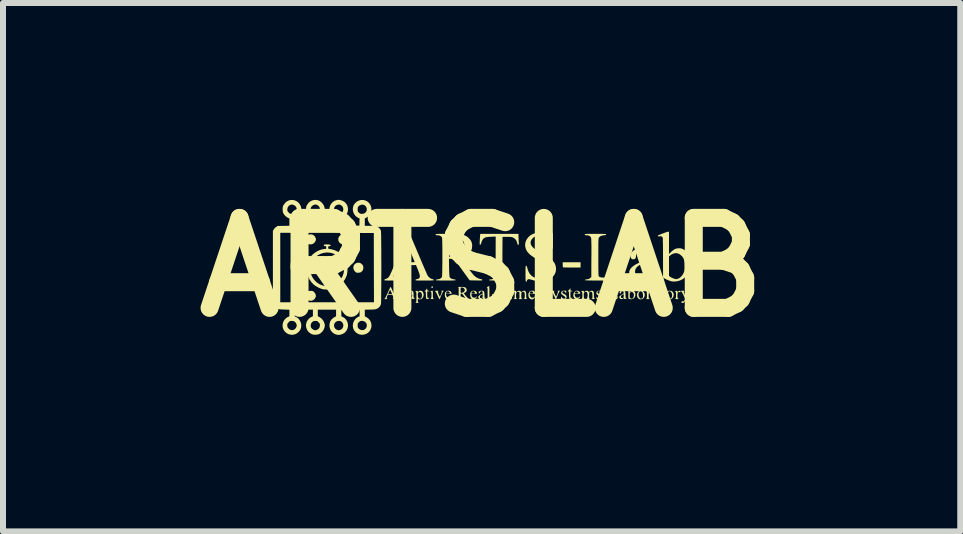
<source format=kicad_pcb>
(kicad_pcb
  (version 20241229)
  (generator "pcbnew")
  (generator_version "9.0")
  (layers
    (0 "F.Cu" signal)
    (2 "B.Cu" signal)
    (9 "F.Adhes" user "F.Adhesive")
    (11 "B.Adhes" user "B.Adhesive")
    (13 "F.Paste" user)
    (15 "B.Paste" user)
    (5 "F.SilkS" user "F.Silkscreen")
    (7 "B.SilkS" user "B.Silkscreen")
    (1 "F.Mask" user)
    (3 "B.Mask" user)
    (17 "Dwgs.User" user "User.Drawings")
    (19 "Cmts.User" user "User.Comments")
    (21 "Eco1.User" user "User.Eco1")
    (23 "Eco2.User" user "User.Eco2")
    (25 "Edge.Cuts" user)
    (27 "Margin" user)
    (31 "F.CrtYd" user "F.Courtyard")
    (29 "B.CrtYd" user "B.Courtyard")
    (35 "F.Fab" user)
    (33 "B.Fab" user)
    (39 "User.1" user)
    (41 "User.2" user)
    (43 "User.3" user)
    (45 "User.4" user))
  (footprint "ARTSLAB"
    (layer "F.Cu")
    (at 4.979 1.404)
    (property "Reference" "ARTSLAB" (at 0 0 0) (layer "F.SilkS") (effects (font (size 1.5 1.5) (thickness 0.3))))
    (attr board_only exclude_from_pos_files exclude_from_bom)
    (fp_poly (pts (xy 0.492 0.321) (xy 0.496 0.33) (xy 0.496 0.332) (xy 0.49 0.341) (xy 0.48 0.344) (xy 0.471 0.339) (xy 0.47 0.336) (xy 0.47 0.325) (xy 0.473 0.32) (xy 0.483 0.317)) (stroke (width 0) (type solid)) (fill yes) (layer "F.SilkS"))
    (fp_poly (pts (xy -0.817 0.321) (xy -0.817 0.321) (xy -0.811 0.331) (xy -0.811 0.337) (xy -0.819 0.344) (xy -0.83 0.344) (xy -0.84 0.339) (xy -0.84 0.339) (xy -0.839 0.33) (xy -0.834 0.323) (xy -0.825 0.317)) (stroke (width 0) (type solid)) (fill yes) (layer "F.SilkS"))
    (fp_poly (pts (xy 0.228 0.451) (xy 0.24 0.452) (xy 0.245 0.456) (xy 0.246 0.462) (xy 0.244 0.468) (xy 0.239 0.472) (xy 0.227 0.473) (xy 0.208 0.474) (xy 0.187 0.473) (xy 0.176 0.472) (xy 0.171 0.468) (xy 0.17 0.462) (xy 0.171 0.456) (xy 0.176 0.452) (xy 0.188 0.451) (xy 0.208 0.45)) (stroke (width 0) (type solid)) (fill yes) (layer "F.SilkS"))
    (fp_poly (pts (xy 1.649 -0.038) (xy 1.649 0.006) (xy 1.504 0.006) (xy 1.464 0.006) (xy 1.428 0.005) (xy 1.397 0.005) (xy 1.374 0.004) (xy 1.359 0.003) (xy 1.355 0.002) (xy 1.353 -0.005) (xy 1.352 -0.021) (xy 1.351 -0.042) (xy 1.351 -0.042) (xy 1.351 -0.082) (xy 1.5 -0.082) (xy 1.649 -0.082)) (stroke (width 0) (type solid)) (fill yes) (layer "F.SilkS"))
    (fp_poly (pts (xy -2.284 -0.545) (xy -2.257 -0.532) (xy -2.236 -0.51) (xy -2.236 -0.509) (xy -2.225 -0.484) (xy -2.223 -0.456) (xy -2.229 -0.428) (xy -2.243 -0.405) (xy -2.264 -0.389) (xy -2.288 -0.381) (xy -2.317 -0.381) (xy -2.343 -0.388) (xy -2.349 -0.392) (xy -2.372 -0.411) (xy -2.386 -0.435) (xy -2.391 -0.462) (xy -2.387 -0.488) (xy -2.376 -0.512) (xy -2.358 -0.531) (xy -2.333 -0.544) (xy -2.314 -0.548)) (stroke (width 0) (type solid)) (fill yes) (layer "F.SilkS"))
    (fp_poly (pts (xy -2.83 -0.546) (xy -2.805 -0.535) (xy -2.783 -0.516) (xy -2.769 -0.489) (xy -2.766 -0.483) (xy -2.762 -0.466) (xy -2.763 -0.453) (xy -2.768 -0.439) (xy -2.773 -0.429) (xy -2.792 -0.403) (xy -2.817 -0.387) (xy -2.849 -0.38) (xy -2.855 -0.38) (xy -2.876 -0.382) (xy -2.892 -0.389) (xy -2.904 -0.398) (xy -2.924 -0.423) (xy -2.934 -0.45) (xy -2.933 -0.479) (xy -2.923 -0.506) (xy -2.91 -0.523) (xy -2.885 -0.541) (xy -2.858 -0.548)) (stroke (width 0) (type solid)) (fill yes) (layer "F.SilkS"))
    (fp_poly (pts (xy -2.83 0.395) (xy -2.816 0.398) (xy -2.805 0.404) (xy -2.793 0.415) (xy -2.774 0.439) (xy -2.764 0.466) (xy -2.764 0.491) (xy -2.767 0.499) (xy -2.784 0.528) (xy -2.806 0.548) (xy -2.834 0.559) (xy -2.864 0.56) (xy -2.887 0.553) (xy -2.91 0.537) (xy -2.926 0.515) (xy -2.933 0.488) (xy -2.932 0.46) (xy -2.923 0.433) (xy -2.906 0.412) (xy -2.895 0.402) (xy -2.884 0.397) (xy -2.868 0.395) (xy -2.851 0.395)) (stroke (width 0) (type solid)) (fill yes) (layer "F.SilkS"))
    (fp_poly (pts (xy -3.089 -0.074) (xy -3.07 -0.071) (xy -3.055 -0.062) (xy -3.04 -0.048) (xy -3.027 -0.032) (xy -3.02 -0.019) (xy -3.018 -0.003) (xy -3.018 0.006) (xy -3.022 0.038) (xy -3.035 0.064) (xy -3.055 0.083) (xy -3.059 0.085) (xy -3.085 0.093) (xy -3.113 0.092) (xy -3.139 0.085) (xy -3.146 0.08) (xy -3.169 0.059) (xy -3.182 0.035) (xy -3.186 0.009) (xy -3.182 -0.017) (xy -3.17 -0.04) (xy -3.152 -0.059) (xy -3.127 -0.071) (xy -3.097 -0.075)) (stroke (width 0) (type solid)) (fill yes) (layer "F.SilkS"))
    (fp_poly (pts (xy -2.286 0.393) (xy -2.261 0.403) (xy -2.24 0.422) (xy -2.239 0.423) (xy -2.231 0.437) (xy -2.227 0.453) (xy -2.225 0.475) (xy -2.225 0.478) (xy -2.226 0.499) (xy -2.229 0.514) (xy -2.236 0.525) (xy -2.24 0.529) (xy -2.266 0.551) (xy -2.295 0.56) (xy -2.326 0.559) (xy -2.343 0.553) (xy -2.365 0.537) (xy -2.381 0.515) (xy -2.389 0.488) (xy -2.389 0.46) (xy -2.382 0.439) (xy -2.364 0.415) (xy -2.341 0.4) (xy -2.314 0.392)) (stroke (width 0) (type solid)) (fill yes) (layer "F.SilkS"))
    (fp_poly (pts (xy -2.018 -0.067) (xy -1.995 -0.049) (xy -1.982 -0.034) (xy -1.975 -0.017) (xy -1.972 0.002) (xy -1.973 0.017) (xy -1.975 0.037) (xy -1.982 0.052) (xy -1.995 0.067) (xy -1.996 0.069) (xy -2.01 0.081) (xy -2.023 0.088) (xy -2.041 0.091) (xy -2.052 0.092) (xy -2.072 0.093) (xy -2.085 0.091) (xy -2.096 0.085) (xy -2.107 0.076) (xy -2.127 0.052) (xy -2.138 0.024) (xy -2.139 -0.005) (xy -2.13 -0.032) (xy -2.122 -0.043) (xy -2.1 -0.064) (xy -2.073 -0.074) (xy -2.045 -0.075)) (stroke (width 0) (type solid)) (fill yes) (layer "F.SilkS"))
    (fp_poly (pts (xy 0.491 0.393) (xy 0.494 0.398) (xy 0.496 0.408) (xy 0.497 0.426) (xy 0.497 0.453) (xy 0.497 0.456) (xy 0.497 0.485) (xy 0.498 0.504) (xy 0.5 0.516) (xy 0.504 0.523) (xy 0.507 0.526) (xy 0.51 0.529) (xy 0.505 0.531) (xy 0.488 0.532) (xy 0.482 0.532) (xy 0.464 0.531) (xy 0.455 0.53) (xy 0.456 0.527) (xy 0.458 0.526) (xy 0.463 0.521) (xy 0.466 0.513) (xy 0.467 0.498) (xy 0.468 0.475) (xy 0.468 0.465) (xy 0.468 0.439) (xy 0.467 0.422) (xy 0.465 0.413) (xy 0.461 0.41) (xy 0.458 0.409) (xy 0.454 0.407) (xy 0.458 0.403) (xy 0.468 0.398) (xy 0.479 0.393) (xy 0.487 0.392)) (stroke (width 0) (type solid)) (fill yes) (layer "F.SilkS"))
    (fp_poly (pts (xy -0.816 0.397) (xy -0.814 0.412) (xy -0.813 0.434) (xy -0.813 0.456) (xy -0.813 0.485) (xy -0.812 0.503) (xy -0.811 0.515) (xy -0.807 0.521) (xy -0.803 0.525) (xy -0.8 0.526) (xy -0.795 0.529) (xy -0.801 0.531) (xy -0.816 0.531) (xy -0.825 0.531) (xy -0.842 0.531) (xy -0.853 0.53) (xy -0.854 0.528) (xy -0.854 0.528) (xy -0.846 0.523) (xy -0.841 0.516) (xy -0.838 0.502) (xy -0.837 0.481) (xy -0.836 0.463) (xy -0.837 0.439) (xy -0.838 0.424) (xy -0.84 0.416) (xy -0.845 0.412) (xy -0.849 0.41) (xy -0.857 0.407) (xy -0.855 0.404) (xy -0.844 0.399) (xy -0.842 0.399) (xy -0.828 0.394) (xy -0.818 0.392) (xy -0.818 0.392)) (stroke (width 0) (type solid)) (fill yes) (layer "F.SilkS"))
    (fp_poly (pts (xy 0.438 0.352) (xy 0.437 0.365) (xy 0.436 0.37) (xy 0.434 0.368) (xy 0.423 0.35) (xy 0.404 0.34) (xy 0.391 0.339) (xy 0.368 0.339) (xy 0.37 0.428) (xy 0.37 0.462) (xy 0.371 0.486) (xy 0.372 0.503) (xy 0.374 0.513) (xy 0.377 0.519) (xy 0.382 0.522) (xy 0.386 0.525) (xy 0.392 0.528) (xy 0.391 0.53) (xy 0.383 0.531) (xy 0.364 0.532) (xy 0.354 0.532) (xy 0.331 0.531) (xy 0.32 0.53) (xy 0.317 0.529) (xy 0.322 0.526) (xy 0.323 0.525) (xy 0.339 0.52) (xy 0.339 0.429) (xy 0.339 0.339) (xy 0.317 0.339) (xy 0.294 0.344) (xy 0.279 0.358) (xy 0.273 0.368) (xy 0.271 0.369) (xy 0.27 0.36) (xy 0.269 0.352) (xy 0.269 0.328) (xy 0.354 0.328) (xy 0.439 0.328)) (stroke (width 0) (type solid)) (fill yes) (layer "F.SilkS"))
    (fp_poly (pts (xy 0.127 0.321) (xy 0.127 0.337) (xy 0.128 0.36) (xy 0.129 0.389) (xy 0.129 0.418) (xy 0.129 0.455) (xy 0.129 0.482) (xy 0.13 0.501) (xy 0.131 0.513) (xy 0.133 0.52) (xy 0.137 0.524) (xy 0.141 0.526) (xy 0.142 0.526) (xy 0.146 0.529) (xy 0.141 0.531) (xy 0.126 0.532) (xy 0.117 0.532) (xy 0.097 0.531) (xy 0.087 0.53) (xy 0.087 0.527) (xy 0.089 0.526) (xy 0.093 0.522) (xy 0.096 0.516) (xy 0.098 0.505) (xy 0.099 0.488) (xy 0.099 0.462) (xy 0.099 0.43) (xy 0.099 0.396) (xy 0.099 0.371) (xy 0.098 0.355) (xy 0.096 0.345) (xy 0.093 0.34) (xy 0.089 0.338) (xy 0.089 0.338) (xy 0.085 0.335) (xy 0.092 0.33) (xy 0.101 0.325) (xy 0.115 0.319) (xy 0.124 0.316) (xy 0.126 0.316)) (stroke (width 0) (type solid)) (fill yes) (layer "F.SilkS"))
    (fp_poly (pts (xy 1.479 0.37) (xy 1.481 0.384) (xy 1.485 0.391) (xy 1.494 0.392) (xy 1.506 0.394) (xy 1.512 0.398) (xy 1.51 0.402) (xy 1.498 0.404) (xy 1.498 0.404) (xy 1.48 0.404) (xy 1.48 0.456) (xy 1.48 0.483) (xy 1.482 0.5) (xy 1.484 0.509) (xy 1.489 0.513) (xy 1.5 0.512) (xy 1.506 0.509) (xy 1.513 0.505) (xy 1.514 0.508) (xy 1.51 0.516) (xy 1.504 0.523) (xy 1.488 0.531) (xy 1.472 0.531) (xy 1.463 0.525) (xy 1.46 0.515) (xy 1.457 0.494) (xy 1.456 0.464) (xy 1.456 0.461) (xy 1.456 0.435) (xy 1.455 0.418) (xy 1.454 0.409) (xy 1.45 0.405) (xy 1.445 0.404) (xy 1.444 0.404) (xy 1.436 0.403) (xy 1.436 0.4) (xy 1.444 0.392) (xy 1.445 0.39) (xy 1.459 0.376) (xy 1.469 0.363) (xy 1.479 0.348)) (stroke (width 0) (type solid)) (fill yes) (layer "F.SilkS"))
    (fp_poly (pts (xy 2.167 0.329) (xy 2.181 0.33) (xy 2.186 0.331) (xy 2.184 0.332) (xy 2.174 0.335) (xy 2.167 0.34) (xy 2.163 0.348) (xy 2.16 0.362) (xy 2.159 0.383) (xy 2.158 0.412) (xy 2.158 0.43) (xy 2.158 0.464) (xy 2.159 0.489) (xy 2.161 0.505) (xy 2.165 0.514) (xy 2.173 0.519) (xy 2.184 0.52) (xy 2.199 0.521) (xy 2.228 0.517) (xy 2.249 0.507) (xy 2.264 0.49) (xy 2.272 0.478) (xy 2.274 0.476) (xy 2.274 0.483) (xy 2.273 0.487) (xy 2.268 0.505) (xy 2.263 0.517) (xy 2.258 0.532) (xy 2.177 0.532) (xy 2.145 0.532) (xy 2.124 0.531) (xy 2.112 0.53) (xy 2.107 0.529) (xy 2.108 0.526) (xy 2.111 0.525) (xy 2.126 0.517) (xy 2.126 0.427) (xy 2.126 0.337) (xy 2.111 0.333) (xy 2.11 0.331) (xy 2.118 0.33) (xy 2.136 0.329) (xy 2.146 0.329)) (stroke (width 0) (type solid)) (fill yes) (layer "F.SilkS"))
    (fp_poly (pts (xy -0.908 0.356) (xy -0.907 0.368) (xy -0.907 0.37) (xy -0.906 0.384) (xy -0.901 0.391) (xy -0.892 0.392) (xy -0.88 0.394) (xy -0.874 0.398) (xy -0.877 0.402) (xy -0.888 0.404) (xy -0.889 0.404) (xy -0.907 0.404) (xy -0.907 0.456) (xy -0.906 0.483) (xy -0.905 0.5) (xy -0.902 0.509) (xy -0.898 0.513) (xy -0.886 0.512) (xy -0.88 0.509) (xy -0.873 0.505) (xy -0.872 0.508) (xy -0.876 0.516) (xy -0.882 0.523) (xy -0.898 0.531) (xy -0.914 0.531) (xy -0.923 0.525) (xy -0.927 0.515) (xy -0.929 0.494) (xy -0.93 0.464) (xy -0.93 0.461) (xy -0.93 0.435) (xy -0.931 0.418) (xy -0.933 0.409) (xy -0.936 0.405) (xy -0.941 0.404) (xy -0.942 0.404) (xy -0.949 0.403) (xy -0.949 0.399) (xy -0.941 0.391) (xy -0.938 0.387) (xy -0.925 0.374) (xy -0.915 0.361) (xy -0.914 0.36) (xy -0.91 0.353)) (stroke (width 0) (type solid)) (fill yes) (layer "F.SilkS"))
    (fp_poly (pts (xy 2.68 0.397) (xy 2.699 0.41) (xy 2.712 0.429) (xy 2.719 0.453) (xy 2.717 0.478) (xy 2.708 0.502) (xy 2.692 0.522) (xy 2.674 0.532) (xy 2.652 0.536) (xy 2.632 0.534) (xy 2.628 0.533) (xy 2.608 0.518) (xy 2.594 0.496) (xy 2.588 0.47) (xy 2.59 0.451) (xy 2.614 0.451) (xy 2.616 0.474) (xy 2.624 0.496) (xy 2.635 0.514) (xy 2.65 0.524) (xy 2.66 0.526) (xy 2.669 0.522) (xy 2.679 0.514) (xy 2.686 0.506) (xy 2.689 0.495) (xy 2.69 0.479) (xy 2.689 0.464) (xy 2.687 0.442) (xy 2.683 0.427) (xy 2.677 0.417) (xy 2.671 0.412) (xy 2.657 0.401) (xy 2.646 0.399) (xy 2.635 0.406) (xy 2.629 0.412) (xy 2.618 0.429) (xy 2.614 0.451) (xy 2.59 0.451) (xy 2.591 0.442) (xy 2.594 0.434) (xy 2.608 0.41) (xy 2.627 0.397) (xy 2.653 0.392) (xy 2.655 0.392)) (stroke (width 0) (type solid)) (fill yes) (layer "F.SilkS"))
    (fp_poly (pts (xy 3.165 0.397) (xy 3.184 0.411) (xy 3.197 0.431) (xy 3.202 0.456) (xy 3.198 0.484) (xy 3.194 0.494) (xy 3.182 0.514) (xy 3.168 0.527) (xy 3.162 0.529) (xy 3.144 0.536) (xy 3.13 0.537) (xy 3.115 0.533) (xy 3.107 0.53) (xy 3.088 0.515) (xy 3.076 0.495) (xy 3.071 0.47) (xy 3.072 0.457) (xy 3.1 0.457) (xy 3.101 0.468) (xy 3.107 0.493) (xy 3.117 0.512) (xy 3.13 0.523) (xy 3.144 0.525) (xy 3.159 0.517) (xy 3.16 0.515) (xy 3.171 0.498) (xy 3.175 0.477) (xy 3.174 0.454) (xy 3.168 0.433) (xy 3.158 0.416) (xy 3.145 0.404) (xy 3.13 0.4) (xy 3.12 0.403) (xy 3.108 0.413) (xy 3.101 0.431) (xy 3.1 0.457) (xy 3.072 0.457) (xy 3.073 0.445) (xy 3.082 0.421) (xy 3.099 0.402) (xy 3.101 0.401) (xy 3.115 0.395) (xy 3.134 0.392) (xy 3.14 0.392)) (stroke (width 0) (type solid)) (fill yes) (layer "F.SilkS"))
    (fp_poly (pts (xy 1.994 0.417) (xy 1.994 0.442) (xy 1.984 0.423) (xy 1.971 0.405) (xy 1.955 0.399) (xy 1.942 0.401) (xy 1.932 0.409) (xy 1.93 0.418) (xy 1.933 0.428) (xy 1.942 0.437) (xy 1.959 0.447) (xy 1.985 0.463) (xy 2 0.48) (xy 2.003 0.497) (xy 2 0.508) (xy 1.988 0.525) (xy 1.97 0.535) (xy 1.955 0.537) (xy 1.941 0.536) (xy 1.929 0.534) (xy 1.918 0.531) (xy 1.914 0.525) (xy 1.913 0.511) (xy 1.913 0.507) (xy 1.914 0.494) (xy 1.916 0.49) (xy 1.917 0.491) (xy 1.927 0.509) (xy 1.942 0.521) (xy 1.957 0.525) (xy 1.972 0.522) (xy 1.977 0.518) (xy 1.981 0.508) (xy 1.978 0.497) (xy 1.966 0.485) (xy 1.945 0.471) (xy 1.927 0.459) (xy 1.917 0.449) (xy 1.913 0.44) (xy 1.912 0.431) (xy 1.916 0.411) (xy 1.928 0.399) (xy 1.949 0.393) (xy 1.964 0.392) (xy 1.994 0.392)) (stroke (width 0) (type solid)) (fill yes) (layer "F.SilkS"))
    (fp_poly (pts (xy 3.314 0.396) (xy 3.316 0.403) (xy 3.312 0.416) (xy 3.302 0.419) (xy 3.294 0.416) (xy 3.281 0.413) (xy 3.271 0.422) (xy 3.265 0.442) (xy 3.263 0.472) (xy 3.263 0.472) (xy 3.264 0.495) (xy 3.266 0.509) (xy 3.27 0.517) (xy 3.276 0.523) (xy 3.283 0.528) (xy 3.283 0.531) (xy 3.274 0.532) (xy 3.257 0.532) (xy 3.252 0.532) (xy 3.234 0.531) (xy 3.223 0.53) (xy 3.222 0.528) (xy 3.223 0.528) (xy 3.231 0.523) (xy 3.236 0.516) (xy 3.239 0.502) (xy 3.24 0.481) (xy 3.24 0.463) (xy 3.24 0.439) (xy 3.239 0.424) (xy 3.236 0.416) (xy 3.231 0.412) (xy 3.227 0.41) (xy 3.22 0.407) (xy 3.221 0.404) (xy 3.232 0.399) (xy 3.234 0.399) (xy 3.251 0.393) (xy 3.26 0.393) (xy 3.263 0.398) (xy 3.263 0.405) (xy 3.263 0.417) (xy 3.277 0.405) (xy 3.291 0.395) (xy 3.305 0.392)) (stroke (width 0) (type solid)) (fill yes) (layer "F.SilkS"))
    (fp_poly (pts (xy 1.409 0.416) (xy 1.409 0.44) (xy 1.396 0.42) (xy 1.381 0.404) (xy 1.366 0.399) (xy 1.351 0.404) (xy 1.349 0.406) (xy 1.343 0.417) (xy 1.347 0.428) (xy 1.362 0.44) (xy 1.374 0.447) (xy 1.397 0.46) (xy 1.41 0.473) (xy 1.416 0.486) (xy 1.417 0.495) (xy 1.412 0.514) (xy 1.397 0.527) (xy 1.375 0.534) (xy 1.346 0.535) (xy 1.341 0.534) (xy 1.329 0.532) (xy 1.323 0.526) (xy 1.322 0.514) (xy 1.322 0.507) (xy 1.323 0.492) (xy 1.325 0.488) (xy 1.328 0.492) (xy 1.329 0.494) (xy 1.345 0.514) (xy 1.362 0.525) (xy 1.378 0.526) (xy 1.392 0.518) (xy 1.392 0.518) (xy 1.397 0.508) (xy 1.393 0.498) (xy 1.381 0.486) (xy 1.361 0.472) (xy 1.338 0.455) (xy 1.326 0.44) (xy 1.324 0.426) (xy 1.328 0.414) (xy 1.336 0.402) (xy 1.346 0.395) (xy 1.36 0.392) (xy 1.379 0.392) (xy 1.409 0.392)) (stroke (width 0) (type solid)) (fill yes) (layer "F.SilkS"))
    (fp_poly (pts (xy 2.833 0.398) (xy 2.835 0.401) (xy 2.835 0.413) (xy 2.827 0.418) (xy 2.814 0.416) (xy 2.813 0.415) (xy 2.801 0.412) (xy 2.792 0.418) (xy 2.787 0.433) (xy 2.784 0.459) (xy 2.784 0.475) (xy 2.784 0.498) (xy 2.785 0.513) (xy 2.789 0.52) (xy 2.794 0.525) (xy 2.797 0.526) (xy 2.801 0.529) (xy 2.797 0.531) (xy 2.781 0.532) (xy 2.772 0.532) (xy 2.752 0.531) (xy 2.743 0.53) (xy 2.743 0.527) (xy 2.744 0.526) (xy 2.749 0.521) (xy 2.752 0.513) (xy 2.754 0.498) (xy 2.755 0.475) (xy 2.755 0.465) (xy 2.754 0.439) (xy 2.753 0.422) (xy 2.751 0.413) (xy 2.748 0.41) (xy 2.744 0.409) (xy 2.739 0.408) (xy 2.744 0.403) (xy 2.749 0.401) (xy 2.766 0.393) (xy 2.778 0.393) (xy 2.784 0.4) (xy 2.784 0.402) (xy 2.785 0.408) (xy 2.789 0.406) (xy 2.795 0.402) (xy 2.808 0.394) (xy 2.823 0.393)) (stroke (width 0) (type solid)) (fill yes) (layer "F.SilkS"))
    (fp_poly (pts (xy 3.022 0.356) (xy 3.024 0.369) (xy 3.024 0.371) (xy 3.025 0.385) (xy 3.03 0.391) (xy 3.038 0.392) (xy 3.049 0.394) (xy 3.053 0.398) (xy 3.048 0.402) (xy 3.038 0.404) (xy 3.032 0.404) (xy 3.027 0.407) (xy 3.025 0.414) (xy 3.024 0.427) (xy 3.024 0.45) (xy 3.024 0.459) (xy 3.024 0.485) (xy 3.025 0.501) (xy 3.027 0.51) (xy 3.03 0.514) (xy 3.034 0.515) (xy 3.048 0.511) (xy 3.053 0.507) (xy 3.057 0.505) (xy 3.054 0.511) (xy 3.052 0.515) (xy 3.041 0.525) (xy 3.026 0.531) (xy 3.012 0.531) (xy 3.002 0.525) (xy 3 0.516) (xy 2.998 0.499) (xy 2.996 0.475) (xy 2.995 0.461) (xy 2.994 0.434) (xy 2.992 0.417) (xy 2.99 0.407) (xy 2.986 0.404) (xy 2.984 0.404) (xy 2.981 0.401) (xy 2.986 0.392) (xy 2.993 0.384) (xy 3.005 0.371) (xy 3.011 0.361) (xy 3.012 0.358) (xy 3.016 0.351) (xy 3.018 0.351)) (stroke (width 0) (type solid)) (fill yes) (layer "F.SilkS"))
    (fp_poly (pts (xy -0.642 0.406) (xy -0.649 0.417) (xy -0.658 0.436) (xy -0.669 0.46) (xy -0.675 0.475) (xy -0.685 0.498) (xy -0.694 0.518) (xy -0.7 0.53) (xy -0.702 0.534) (xy -0.706 0.531) (xy -0.713 0.519) (xy -0.722 0.5) (xy -0.733 0.475) (xy -0.734 0.473) (xy -0.746 0.448) (xy -0.756 0.427) (xy -0.765 0.412) (xy -0.77 0.405) (xy -0.77 0.405) (xy -0.778 0.4) (xy -0.775 0.396) (xy -0.764 0.393) (xy -0.748 0.392) (xy -0.731 0.392) (xy -0.723 0.394) (xy -0.723 0.398) (xy -0.725 0.401) (xy -0.729 0.407) (xy -0.728 0.417) (xy -0.723 0.433) (xy -0.717 0.451) (xy -0.709 0.47) (xy -0.702 0.485) (xy -0.697 0.491) (xy -0.697 0.491) (xy -0.693 0.486) (xy -0.687 0.473) (xy -0.678 0.454) (xy -0.677 0.449) (xy -0.669 0.428) (xy -0.665 0.414) (xy -0.664 0.407) (xy -0.668 0.402) (xy -0.67 0.399) (xy -0.675 0.395) (xy -0.672 0.392) (xy -0.659 0.392) (xy -0.656 0.392) (xy -0.631 0.392)) (stroke (width 0) (type solid)) (fill yes) (layer "F.SilkS"))
    (fp_poly (pts (xy -0.109 0.395) (xy -0.099 0.399) (xy -0.088 0.411) (xy -0.08 0.426) (xy -0.076 0.438) (xy -0.082 0.442) (xy -0.098 0.444) (xy -0.123 0.444) (xy -0.123 0.444) (xy -0.17 0.444) (xy -0.17 0.461) (xy -0.165 0.482) (xy -0.153 0.498) (xy -0.136 0.507) (xy -0.117 0.509) (xy -0.099 0.503) (xy -0.088 0.493) (xy -0.08 0.483) (xy -0.077 0.483) (xy -0.078 0.49) (xy -0.086 0.504) (xy -0.088 0.508) (xy -0.105 0.527) (xy -0.126 0.536) (xy -0.15 0.534) (xy -0.155 0.533) (xy -0.173 0.52) (xy -0.185 0.499) (xy -0.192 0.475) (xy -0.192 0.449) (xy -0.187 0.427) (xy -0.17 0.427) (xy -0.168 0.434) (xy -0.161 0.437) (xy -0.147 0.439) (xy -0.14 0.439) (xy -0.123 0.438) (xy -0.114 0.435) (xy -0.111 0.43) (xy -0.111 0.427) (xy -0.116 0.416) (xy -0.126 0.406) (xy -0.137 0.4) (xy -0.146 0.401) (xy -0.155 0.406) (xy -0.166 0.416) (xy -0.17 0.427) (xy -0.187 0.427) (xy -0.187 0.425) (xy -0.175 0.406) (xy -0.164 0.398) (xy -0.148 0.393) (xy -0.128 0.392)) (stroke (width 0) (type solid)) (fill yes) (layer "F.SilkS"))
    (fp_poly (pts (xy -0.532 0.395) (xy -0.514 0.407) (xy -0.503 0.427) (xy -0.501 0.431) (xy -0.5 0.438) (xy -0.503 0.442) (xy -0.51 0.444) (xy -0.525 0.444) (xy -0.548 0.444) (xy -0.597 0.444) (xy -0.593 0.463) (xy -0.584 0.487) (xy -0.569 0.502) (xy -0.549 0.509) (xy -0.547 0.509) (xy -0.529 0.507) (xy -0.517 0.498) (xy -0.51 0.488) (xy -0.503 0.477) (xy -0.503 0.488) (xy -0.508 0.504) (xy -0.521 0.52) (xy -0.536 0.532) (xy -0.553 0.537) (xy -0.569 0.535) (xy -0.577 0.532) (xy -0.597 0.518) (xy -0.609 0.495) (xy -0.614 0.464) (xy -0.614 0.461) (xy -0.613 0.44) (xy -0.612 0.433) (xy -0.594 0.433) (xy -0.592 0.435) (xy -0.585 0.437) (xy -0.57 0.438) (xy -0.56 0.439) (xy -0.543 0.438) (xy -0.535 0.435) (xy -0.532 0.429) (xy -0.532 0.427) (xy -0.537 0.414) (xy -0.549 0.404) (xy -0.564 0.401) (xy -0.573 0.403) (xy -0.584 0.412) (xy -0.592 0.423) (xy -0.594 0.433) (xy -0.612 0.433) (xy -0.61 0.426) (xy -0.603 0.415) (xy -0.597 0.409) (xy -0.577 0.395) (xy -0.554 0.391)) (stroke (width 0) (type solid)) (fill yes) (layer "F.SilkS"))
    (fp_poly (pts (xy 0.857 0.393) (xy 0.868 0.395) (xy 0.877 0.403) (xy 0.887 0.417) (xy 0.894 0.431) (xy 0.895 0.438) (xy 0.889 0.442) (xy 0.874 0.444) (xy 0.849 0.444) (xy 0.848 0.444) (xy 0.801 0.444) (xy 0.801 0.462) (xy 0.806 0.482) (xy 0.818 0.498) (xy 0.836 0.507) (xy 0.855 0.509) (xy 0.872 0.502) (xy 0.882 0.493) (xy 0.891 0.483) (xy 0.894 0.483) (xy 0.892 0.49) (xy 0.885 0.504) (xy 0.883 0.508) (xy 0.868 0.525) (xy 0.848 0.536) (xy 0.834 0.538) (xy 0.825 0.535) (xy 0.812 0.529) (xy 0.793 0.513) (xy 0.782 0.49) (xy 0.778 0.464) (xy 0.781 0.438) (xy 0.787 0.427) (xy 0.801 0.427) (xy 0.803 0.434) (xy 0.809 0.437) (xy 0.824 0.439) (xy 0.83 0.439) (xy 0.848 0.438) (xy 0.857 0.435) (xy 0.86 0.43) (xy 0.86 0.427) (xy 0.855 0.416) (xy 0.845 0.406) (xy 0.834 0.4) (xy 0.825 0.401) (xy 0.816 0.406) (xy 0.805 0.416) (xy 0.801 0.427) (xy 0.787 0.427) (xy 0.793 0.414) (xy 0.807 0.399) (xy 0.819 0.394) (xy 0.838 0.392)) (stroke (width 0) (type solid)) (fill yes) (layer "F.SilkS"))
    (fp_poly (pts (xy -2.526 -0.183) (xy -2.493 -0.172) (xy -2.46 -0.156) (xy -2.435 -0.138) (xy -2.407 -0.112) (xy -2.47 -0.049) (xy -2.494 -0.023) (xy -2.512 -0.004) (xy -2.523 0.01) (xy -2.529 0.02) (xy -2.532 0.029) (xy -2.532 0.034) (xy -2.537 0.055) (xy -2.551 0.07) (xy -2.572 0.076) (xy -2.575 0.076) (xy -2.596 0.081) (xy -2.606 0.088) (xy -2.623 0.103) (xy -2.636 0.107) (xy -2.643 0.104) (xy -2.648 0.097) (xy -2.648 0.089) (xy -2.641 0.079) (xy -2.633 0.07) (xy -2.623 0.053) (xy -2.617 0.037) (xy -2.616 0.033) (xy -2.61 0.013) (xy -2.595 -0.002) (xy -2.575 -0.008) (xy -2.575 -0.008) (xy -2.565 -0.011) (xy -2.552 -0.018) (xy -2.535 -0.031) (xy -2.512 -0.052) (xy -2.503 -0.06) (xy -2.481 -0.082) (xy -2.466 -0.096) (xy -2.458 -0.106) (xy -2.455 -0.113) (xy -2.456 -0.118) (xy -2.459 -0.123) (xy -2.46 -0.124) (xy -2.48 -0.139) (xy -2.507 -0.151) (xy -2.536 -0.157) (xy -2.546 -0.158) (xy -2.562 -0.158) (xy -2.571 -0.161) (xy -2.573 -0.168) (xy -2.573 -0.173) (xy -2.571 -0.183) (xy -2.563 -0.187) (xy -2.556 -0.187)) (stroke (width 0) (type solid)) (fill yes) (layer "F.SilkS"))
    (fp_poly (pts (xy 1.293 0.411) (xy 1.286 0.424) (xy 1.277 0.444) (xy 1.266 0.47) (xy 1.254 0.499) (xy 1.254 0.5) (xy 1.242 0.528) (xy 1.231 0.553) (xy 1.22 0.572) (xy 1.213 0.583) (xy 1.213 0.583) (xy 1.199 0.593) (xy 1.184 0.596) (xy 1.171 0.594) (xy 1.166 0.588) (xy 1.166 0.576) (xy 1.175 0.57) (xy 1.189 0.569) (xy 1.202 0.568) (xy 1.211 0.562) (xy 1.219 0.548) (xy 1.231 0.527) (xy 1.2 0.465) (xy 1.188 0.441) (xy 1.177 0.421) (xy 1.168 0.408) (xy 1.164 0.404) (xy 1.158 0.399) (xy 1.158 0.398) (xy 1.163 0.394) (xy 1.177 0.392) (xy 1.187 0.392) (xy 1.204 0.392) (xy 1.212 0.394) (xy 1.212 0.398) (xy 1.209 0.403) (xy 1.206 0.411) (xy 1.207 0.421) (xy 1.213 0.437) (xy 1.219 0.45) (xy 1.229 0.469) (xy 1.236 0.483) (xy 1.24 0.489) (xy 1.244 0.485) (xy 1.251 0.472) (xy 1.258 0.454) (xy 1.26 0.45) (xy 1.268 0.428) (xy 1.272 0.413) (xy 1.271 0.404) (xy 1.269 0.4) (xy 1.266 0.395) (xy 1.271 0.392) (xy 1.283 0.392) (xy 1.304 0.392)) (stroke (width 0) (type solid)) (fill yes) (layer "F.SilkS"))
    (fp_poly (pts (xy 1.612 0.396) (xy 1.63 0.407) (xy 1.641 0.422) (xy 1.643 0.433) (xy 1.643 0.438) (xy 1.638 0.442) (xy 1.628 0.444) (xy 1.61 0.444) (xy 1.597 0.444) (xy 1.573 0.445) (xy 1.559 0.446) (xy 1.552 0.448) (xy 1.55 0.453) (xy 1.55 0.456) (xy 1.553 0.473) (xy 1.561 0.49) (xy 1.571 0.502) (xy 1.576 0.505) (xy 1.6 0.509) (xy 1.62 0.503) (xy 1.631 0.493) (xy 1.64 0.484) (xy 1.643 0.485) (xy 1.643 0.487) (xy 1.639 0.5) (xy 1.627 0.515) (xy 1.611 0.527) (xy 1.596 0.535) (xy 1.594 0.535) (xy 1.571 0.534) (xy 1.557 0.527) (xy 1.54 0.51) (xy 1.53 0.488) (xy 1.527 0.464) (xy 1.532 0.44) (xy 1.536 0.431) (xy 1.55 0.431) (xy 1.555 0.435) (xy 1.567 0.437) (xy 1.583 0.438) (xy 1.599 0.436) (xy 1.61 0.432) (xy 1.612 0.43) (xy 1.611 0.419) (xy 1.601 0.408) (xy 1.587 0.403) (xy 1.582 0.402) (xy 1.565 0.407) (xy 1.553 0.419) (xy 1.55 0.431) (xy 1.536 0.431) (xy 1.542 0.418) (xy 1.558 0.402) (xy 1.58 0.393) (xy 1.591 0.392)) (stroke (width 0) (type solid)) (fill yes) (layer "F.SilkS"))
    (fp_poly (pts (xy 3.462 0.392) (xy 3.466 0.395) (xy 3.462 0.401) (xy 3.461 0.402) (xy 3.456 0.411) (xy 3.448 0.428) (xy 3.437 0.453) (xy 3.425 0.481) (xy 3.419 0.496) (xy 3.405 0.529) (xy 3.392 0.556) (xy 3.381 0.576) (xy 3.374 0.587) (xy 3.372 0.588) (xy 3.357 0.595) (xy 3.342 0.596) (xy 3.332 0.591) (xy 3.33 0.588) (xy 3.329 0.576) (xy 3.339 0.57) (xy 3.353 0.569) (xy 3.366 0.568) (xy 3.375 0.562) (xy 3.383 0.549) (xy 3.394 0.528) (xy 3.364 0.466) (xy 3.352 0.441) (xy 3.341 0.422) (xy 3.333 0.408) (xy 3.328 0.404) (xy 3.322 0.399) (xy 3.322 0.398) (xy 3.327 0.394) (xy 3.341 0.392) (xy 3.351 0.392) (xy 3.368 0.392) (xy 3.376 0.394) (xy 3.376 0.398) (xy 3.373 0.403) (xy 3.37 0.411) (xy 3.371 0.421) (xy 3.377 0.437) (xy 3.383 0.45) (xy 3.393 0.469) (xy 3.4 0.483) (xy 3.404 0.489) (xy 3.408 0.485) (xy 3.414 0.472) (xy 3.422 0.454) (xy 3.424 0.45) (xy 3.432 0.428) (xy 3.436 0.413) (xy 3.435 0.404) (xy 3.433 0.4) (xy 3.43 0.395) (xy 3.435 0.392) (xy 3.448 0.392)) (stroke (width 0) (type solid)) (fill yes) (layer "F.SilkS"))
    (fp_poly (pts (xy -1.514 0.332) (xy -1.507 0.346) (xy -1.497 0.367) (xy -1.485 0.394) (xy -1.475 0.416) (xy -1.46 0.451) (xy -1.446 0.481) (xy -1.434 0.504) (xy -1.425 0.517) (xy -1.423 0.519) (xy -1.409 0.532) (xy -1.452 0.532) (xy -1.473 0.531) (xy -1.484 0.53) (xy -1.484 0.528) (xy -1.481 0.526) (xy -1.472 0.521) (xy -1.469 0.515) (xy -1.471 0.503) (xy -1.477 0.486) (xy -1.487 0.462) (xy -1.526 0.462) (xy -1.566 0.462) (xy -1.576 0.486) (xy -1.582 0.504) (xy -1.584 0.515) (xy -1.58 0.522) (xy -1.572 0.526) (xy -1.567 0.529) (xy -1.571 0.531) (xy -1.586 0.532) (xy -1.593 0.532) (xy -1.612 0.532) (xy -1.621 0.531) (xy -1.621 0.528) (xy -1.616 0.523) (xy -1.614 0.522) (xy -1.608 0.513) (xy -1.598 0.495) (xy -1.586 0.471) (xy -1.576 0.45) (xy -1.561 0.45) (xy -1.527 0.45) (xy -1.492 0.45) (xy -1.508 0.412) (xy -1.516 0.394) (xy -1.522 0.382) (xy -1.527 0.378) (xy -1.527 0.379) (xy -1.532 0.386) (xy -1.539 0.401) (xy -1.546 0.417) (xy -1.561 0.45) (xy -1.576 0.45) (xy -1.572 0.442) (xy -1.562 0.419) (xy -1.549 0.389) (xy -1.537 0.363) (xy -1.527 0.343) (xy -1.52 0.33) (xy -1.518 0.327)) (stroke (width 0) (type solid)) (fill yes) (layer "F.SilkS"))
    (fp_poly (pts (xy 1.083 0.327) (xy 1.1 0.331) (xy 1.111 0.33) (xy 1.115 0.327) (xy 1.119 0.325) (xy 1.122 0.329) (xy 1.122 0.342) (xy 1.122 0.358) (xy 1.122 0.395) (xy 1.111 0.371) (xy 1.099 0.352) (xy 1.082 0.34) (xy 1.063 0.334) (xy 1.045 0.337) (xy 1.032 0.347) (xy 1.029 0.351) (xy 1.025 0.365) (xy 1.03 0.378) (xy 1.043 0.392) (xy 1.066 0.407) (xy 1.096 0.426) (xy 1.116 0.441) (xy 1.128 0.455) (xy 1.134 0.469) (xy 1.135 0.479) (xy 1.13 0.504) (xy 1.116 0.522) (xy 1.095 0.533) (xy 1.068 0.536) (xy 1.044 0.532) (xy 1.026 0.528) (xy 1.015 0.529) (xy 1.009 0.532) (xy 1.004 0.535) (xy 1.001 0.531) (xy 1 0.519) (xy 1 0.504) (xy 1.001 0.482) (xy 1.004 0.47) (xy 1.008 0.47) (xy 1.013 0.481) (xy 1.015 0.487) (xy 1.025 0.506) (xy 1.042 0.518) (xy 1.062 0.524) (xy 1.081 0.522) (xy 1.098 0.512) (xy 1.103 0.506) (xy 1.108 0.494) (xy 1.106 0.482) (xy 1.096 0.469) (xy 1.077 0.454) (xy 1.059 0.442) (xy 1.039 0.428) (xy 1.022 0.415) (xy 1.011 0.404) (xy 1.01 0.403) (xy 1.001 0.381) (xy 1.003 0.36) (xy 1.014 0.342) (xy 1.036 0.327) (xy 1.061 0.323)) (stroke (width 0) (type solid)) (fill yes) (layer "F.SilkS"))
    (fp_poly (pts (xy 2.467 0.321) (xy 2.468 0.336) (xy 2.468 0.356) (xy 2.468 0.367) (xy 2.468 0.417) (xy 2.482 0.405) (xy 2.501 0.393) (xy 2.522 0.393) (xy 2.542 0.402) (xy 2.547 0.407) (xy 2.557 0.421) (xy 2.562 0.438) (xy 2.563 0.462) (xy 2.562 0.471) (xy 2.555 0.496) (xy 2.539 0.517) (xy 2.517 0.53) (xy 2.492 0.535) (xy 2.467 0.531) (xy 2.464 0.53) (xy 2.445 0.521) (xy 2.445 0.47) (xy 2.468 0.47) (xy 2.468 0.493) (xy 2.47 0.506) (xy 2.474 0.514) (xy 2.48 0.519) (xy 2.481 0.519) (xy 2.494 0.525) (xy 2.503 0.525) (xy 2.512 0.523) (xy 2.523 0.513) (xy 2.533 0.495) (xy 2.538 0.472) (xy 2.538 0.462) (xy 2.535 0.441) (xy 2.525 0.425) (xy 2.524 0.424) (xy 2.509 0.412) (xy 2.497 0.411) (xy 2.482 0.418) (xy 2.481 0.418) (xy 2.474 0.425) (xy 2.47 0.433) (xy 2.468 0.448) (xy 2.468 0.47) (xy 2.445 0.47) (xy 2.445 0.433) (xy 2.445 0.399) (xy 2.444 0.375) (xy 2.443 0.359) (xy 2.442 0.349) (xy 2.439 0.344) (xy 2.435 0.341) (xy 2.432 0.34) (xy 2.424 0.336) (xy 2.425 0.333) (xy 2.435 0.328) (xy 2.441 0.325) (xy 2.455 0.319) (xy 2.465 0.316) (xy 2.466 0.316)) (stroke (width 0) (type solid)) (fill yes) (layer "F.SilkS"))
    (fp_poly (pts (xy 0.019 0.393) (xy 0.033 0.399) (xy 0.041 0.411) (xy 0.045 0.43) (xy 0.047 0.459) (xy 0.047 0.467) (xy 0.047 0.49) (xy 0.048 0.505) (xy 0.05 0.511) (xy 0.054 0.513) (xy 0.06 0.511) (xy 0.069 0.509) (xy 0.069 0.511) (xy 0.062 0.52) (xy 0.05 0.528) (xy 0.037 0.532) (xy 0.027 0.53) (xy 0.023 0.523) (xy 0.021 0.516) (xy 0.013 0.517) (xy 0.003 0.524) (xy -0.015 0.531) (xy -0.033 0.531) (xy -0.048 0.521) (xy -0.049 0.519) (xy -0.056 0.506) (xy -0.058 0.496) (xy -0.056 0.49) (xy -0.029 0.49) (xy -0.028 0.504) (xy -0.025 0.511) (xy -0.015 0.514) (xy 0.00004 0.513) (xy 0.008 0.511) (xy 0.014 0.505) (xy 0.017 0.49) (xy 0.018 0.479) (xy 0.018 0.45) (xy -0.006 0.462) (xy -0.021 0.471) (xy -0.028 0.481) (xy -0.029 0.49) (xy -0.056 0.49) (xy -0.054 0.485) (xy -0.041 0.472) (xy -0.023 0.459) (xy -0.003 0.45) (xy -0.003 0.45) (xy 0.011 0.443) (xy 0.017 0.433) (xy 0.018 0.426) (xy 0.014 0.409) (xy 0.004 0.4) (xy -0.008 0.399) (xy -0.02 0.407) (xy -0.026 0.42) (xy -0.033 0.433) (xy -0.041 0.437) (xy -0.049 0.433) (xy -0.051 0.426) (xy -0.049 0.412) (xy -0.037 0.401) (xy -0.018 0.393) (xy -0.000332 0.392)) (stroke (width 0) (type solid)) (fill yes) (layer "F.SilkS"))
    (fp_poly (pts (xy 2.37 0.393) (xy 2.384 0.399) (xy 2.392 0.411) (xy 2.396 0.43) (xy 2.398 0.459) (xy 2.398 0.467) (xy 2.398 0.49) (xy 2.399 0.505) (xy 2.401 0.511) (xy 2.405 0.513) (xy 2.411 0.511) (xy 2.42 0.509) (xy 2.42 0.511) (xy 2.413 0.52) (xy 2.401 0.528) (xy 2.388 0.532) (xy 2.378 0.53) (xy 2.374 0.523) (xy 2.372 0.516) (xy 2.364 0.517) (xy 2.354 0.524) (xy 2.336 0.532) (xy 2.317 0.53) (xy 2.302 0.519) (xy 2.3 0.517) (xy 2.294 0.505) (xy 2.295 0.495) (xy 2.297 0.49) (xy 2.322 0.49) (xy 2.323 0.504) (xy 2.326 0.511) (xy 2.336 0.514) (xy 2.351 0.513) (xy 2.359 0.511) (xy 2.366 0.505) (xy 2.368 0.49) (xy 2.369 0.479) (xy 2.369 0.45) (xy 2.345 0.462) (xy 2.33 0.471) (xy 2.323 0.481) (xy 2.322 0.49) (xy 2.297 0.49) (xy 2.299 0.486) (xy 2.309 0.475) (xy 2.326 0.463) (xy 2.338 0.456) (xy 2.356 0.447) (xy 2.365 0.438) (xy 2.368 0.429) (xy 2.368 0.427) (xy 2.364 0.409) (xy 2.353 0.399) (xy 2.344 0.398) (xy 2.334 0.401) (xy 2.327 0.412) (xy 2.325 0.422) (xy 2.321 0.435) (xy 2.314 0.438) (xy 2.307 0.437) (xy 2.299 0.429) (xy 2.301 0.417) (xy 2.31 0.404) (xy 2.323 0.395) (xy 2.342 0.392) (xy 2.351 0.392)) (stroke (width 0) (type solid)) (fill yes) (layer "F.SilkS"))
    (fp_poly (pts (xy 2.92 0.393) (xy 2.934 0.398) (xy 2.942 0.409) (xy 2.946 0.428) (xy 2.948 0.455) (xy 2.948 0.465) (xy 2.948 0.489) (xy 2.949 0.504) (xy 2.951 0.512) (xy 2.954 0.514) (xy 2.96 0.513) (xy 2.968 0.511) (xy 2.968 0.514) (xy 2.962 0.521) (xy 2.949 0.53) (xy 2.936 0.531) (xy 2.927 0.525) (xy 2.926 0.523) (xy 2.923 0.518) (xy 2.916 0.519) (xy 2.909 0.523) (xy 2.892 0.53) (xy 2.873 0.532) (xy 2.858 0.527) (xy 2.855 0.525) (xy 2.849 0.512) (xy 2.849 0.495) (xy 2.851 0.486) (xy 2.874 0.486) (xy 2.874 0.5) (xy 2.882 0.512) (xy 2.896 0.515) (xy 2.913 0.509) (xy 2.921 0.501) (xy 2.924 0.487) (xy 2.924 0.476) (xy 2.924 0.459) (xy 2.921 0.452) (xy 2.914 0.453) (xy 2.902 0.459) (xy 2.882 0.472) (xy 2.874 0.486) (xy 2.851 0.486) (xy 2.854 0.479) (xy 2.858 0.472) (xy 2.87 0.464) (xy 2.887 0.455) (xy 2.897 0.451) (xy 2.914 0.443) (xy 2.921 0.437) (xy 2.923 0.429) (xy 2.921 0.423) (xy 2.914 0.406) (xy 2.902 0.398) (xy 2.89 0.399) (xy 2.88 0.409) (xy 2.877 0.421) (xy 2.872 0.433) (xy 2.863 0.438) (xy 2.855 0.435) (xy 2.852 0.431) (xy 2.853 0.42) (xy 2.86 0.407) (xy 2.861 0.407) (xy 2.871 0.397) (xy 2.883 0.393) (xy 2.9 0.392)) (stroke (width 0) (type solid)) (fill yes) (layer "F.SilkS"))
    (fp_poly (pts (xy -1.271 0.321) (xy -1.27 0.337) (xy -1.27 0.36) (xy -1.269 0.389) (xy -1.269 0.415) (xy -1.269 0.451) (xy -1.269 0.478) (xy -1.268 0.496) (xy -1.266 0.507) (xy -1.264 0.513) (xy -1.261 0.516) (xy -1.259 0.516) (xy -1.255 0.519) (xy -1.263 0.524) (xy -1.271 0.528) (xy -1.287 0.535) (xy -1.295 0.537) (xy -1.298 0.535) (xy -1.298 0.53) (xy -1.3 0.524) (xy -1.306 0.525) (xy -1.314 0.53) (xy -1.329 0.536) (xy -1.341 0.537) (xy -1.355 0.532) (xy -1.373 0.519) (xy -1.386 0.498) (xy -1.392 0.473) (xy -1.39 0.453) (xy -1.366 0.453) (xy -1.364 0.477) (xy -1.355 0.499) (xy -1.344 0.512) (xy -1.331 0.519) (xy -1.32 0.519) (xy -1.31 0.514) (xy -1.304 0.51) (xy -1.3 0.502) (xy -1.299 0.487) (xy -1.298 0.464) (xy -1.298 0.462) (xy -1.299 0.438) (xy -1.3 0.423) (xy -1.304 0.414) (xy -1.309 0.408) (xy -1.311 0.407) (xy -1.327 0.399) (xy -1.339 0.401) (xy -1.35 0.41) (xy -1.361 0.429) (xy -1.366 0.453) (xy -1.39 0.453) (xy -1.39 0.447) (xy -1.381 0.423) (xy -1.364 0.403) (xy -1.344 0.394) (xy -1.321 0.393) (xy -1.298 0.395) (xy -1.298 0.368) (xy -1.299 0.35) (xy -1.303 0.34) (xy -1.309 0.338) (xy -1.312 0.335) (xy -1.306 0.33) (xy -1.297 0.325) (xy -1.283 0.319) (xy -1.273 0.316) (xy -1.272 0.316)) (stroke (width 0) (type solid)) (fill yes) (layer "F.SilkS"))
    (fp_poly (pts (xy -1.162 0.393) (xy -1.149 0.399) (xy -1.14 0.411) (xy -1.136 0.43) (xy -1.135 0.459) (xy -1.135 0.467) (xy -1.134 0.49) (xy -1.134 0.505) (xy -1.132 0.511) (xy -1.127 0.513) (xy -1.121 0.511) (xy -1.113 0.509) (xy -1.112 0.511) (xy -1.119 0.52) (xy -1.131 0.528) (xy -1.144 0.532) (xy -1.154 0.53) (xy -1.158 0.523) (xy -1.16 0.516) (xy -1.168 0.517) (xy -1.178 0.524) (xy -1.197 0.532) (xy -1.215 0.53) (xy -1.23 0.519) (xy -1.232 0.517) (xy -1.239 0.505) (xy -1.238 0.495) (xy -1.235 0.49) (xy -1.21 0.49) (xy -1.209 0.506) (xy -1.2 0.513) (xy -1.187 0.514) (xy -1.173 0.51) (xy -1.167 0.505) (xy -1.163 0.497) (xy -1.159 0.483) (xy -1.158 0.467) (xy -1.158 0.455) (xy -1.161 0.45) (xy -1.167 0.453) (xy -1.18 0.458) (xy -1.184 0.46) (xy -1.202 0.473) (xy -1.21 0.49) (xy -1.235 0.49) (xy -1.234 0.486) (xy -1.224 0.475) (xy -1.207 0.463) (xy -1.193 0.454) (xy -1.175 0.444) (xy -1.165 0.436) (xy -1.163 0.429) (xy -1.163 0.425) (xy -1.169 0.408) (xy -1.18 0.399) (xy -1.192 0.399) (xy -1.202 0.409) (xy -1.206 0.42) (xy -1.212 0.434) (xy -1.22 0.438) (xy -1.221 0.437) (xy -1.231 0.431) (xy -1.232 0.42) (xy -1.225 0.406) (xy -1.223 0.404) (xy -1.21 0.396) (xy -1.192 0.392) (xy -1.182 0.392)) (stroke (width 0) (type solid)) (fill yes) (layer "F.SilkS"))
    (fp_poly (pts (xy -0.316 0.329) (xy -0.291 0.332) (xy -0.272 0.338) (xy -0.26 0.348) (xy -0.252 0.362) (xy -0.252 0.362) (xy -0.248 0.384) (xy -0.255 0.405) (xy -0.272 0.421) (xy -0.278 0.424) (xy -0.298 0.433) (xy -0.269 0.473) (xy -0.252 0.492) (xy -0.236 0.509) (xy -0.223 0.52) (xy -0.22 0.522) (xy -0.202 0.532) (xy -0.231 0.532) (xy -0.26 0.532) (xy -0.292 0.485) (xy -0.31 0.462) (xy -0.322 0.447) (xy -0.332 0.44) (xy -0.338 0.439) (xy -0.345 0.44) (xy -0.349 0.444) (xy -0.351 0.456) (xy -0.351 0.473) (xy -0.349 0.5) (xy -0.342 0.517) (xy -0.33 0.527) (xy -0.328 0.528) (xy -0.329 0.53) (xy -0.339 0.531) (xy -0.358 0.531) (xy -0.366 0.531) (xy -0.386 0.531) (xy -0.398 0.529) (xy -0.4 0.528) (xy -0.398 0.527) (xy -0.383 0.523) (xy -0.383 0.43) (xy -0.383 0.339) (xy -0.351 0.339) (xy -0.351 0.383) (xy -0.351 0.405) (xy -0.35 0.418) (xy -0.347 0.425) (xy -0.341 0.427) (xy -0.337 0.427) (xy -0.32 0.424) (xy -0.308 0.42) (xy -0.294 0.409) (xy -0.283 0.391) (xy -0.281 0.378) (xy -0.284 0.368) (xy -0.292 0.355) (xy -0.293 0.355) (xy -0.305 0.344) (xy -0.321 0.339) (xy -0.328 0.339) (xy -0.351 0.339) (xy -0.383 0.339) (xy -0.383 0.337) (xy -0.398 0.333) (xy -0.399 0.331) (xy -0.389 0.33) (xy -0.372 0.329) (xy -0.352 0.328)) (stroke (width 0) (type solid)) (fill yes) (layer "F.SilkS"))
    (fp_poly (pts (xy -0.992 0.4) (xy -0.978 0.417) (xy -0.971 0.433) (xy -0.967 0.462) (xy -0.972 0.488) (xy -0.983 0.51) (xy -1 0.527) (xy -1.02 0.535) (xy -1.043 0.535) (xy -1.049 0.533) (xy -1.064 0.527) (xy -1.064 0.556) (xy -1.064 0.574) (xy -1.06 0.584) (xy -1.053 0.59) (xy -1.051 0.591) (xy -1.047 0.593) (xy -1.052 0.595) (xy -1.067 0.596) (xy -1.076 0.596) (xy -1.096 0.595) (xy -1.105 0.594) (xy -1.104 0.592) (xy -1.101 0.591) (xy -1.096 0.588) (xy -1.092 0.584) (xy -1.09 0.577) (xy -1.089 0.564) (xy -1.088 0.544) (xy -1.088 0.516) (xy -1.088 0.5) (xy -1.088 0.466) (xy -1.088 0.464) (xy -1.064 0.464) (xy -1.062 0.492) (xy -1.057 0.511) (xy -1.055 0.513) (xy -1.042 0.524) (xy -1.025 0.526) (xy -1.014 0.522) (xy -1.002 0.508) (xy -0.996 0.487) (xy -0.995 0.463) (xy -1 0.439) (xy -1.003 0.433) (xy -1.015 0.417) (xy -1.029 0.413) (xy -1.047 0.418) (xy -1.047 0.418) (xy -1.057 0.424) (xy -1.062 0.431) (xy -1.064 0.443) (xy -1.064 0.462) (xy -1.064 0.464) (xy -1.088 0.464) (xy -1.088 0.443) (xy -1.089 0.428) (xy -1.091 0.418) (xy -1.094 0.414) (xy -1.098 0.411) (xy -1.1 0.411) (xy -1.107 0.408) (xy -1.105 0.405) (xy -1.094 0.4) (xy -1.077 0.393) (xy -1.068 0.393) (xy -1.065 0.399) (xy -1.064 0.405) (xy -1.064 0.417) (xy -1.051 0.405) (xy -1.032 0.393) (xy -1.011 0.392)) (stroke (width 0) (type solid)) (fill yes) (layer "F.SilkS"))
    (fp_poly (pts (xy 0.614 -0.518) (xy 0.615 -0.495) (xy 0.616 -0.465) (xy 0.617 -0.435) (xy 0.618 -0.428) (xy 0.62 -0.403) (xy 0.62 -0.387) (xy 0.619 -0.378) (xy 0.615 -0.375) (xy 0.61 -0.374) (xy 0.609 -0.374) (xy 0.601 -0.376) (xy 0.597 -0.385) (xy 0.593 -0.4) (xy 0.583 -0.435) (xy 0.564 -0.464) (xy 0.538 -0.486) (xy 0.529 -0.491) (xy 0.516 -0.497) (xy 0.503 -0.501) (xy 0.487 -0.503) (xy 0.465 -0.505) (xy 0.436 -0.505) (xy 0.425 -0.505) (xy 0.348 -0.506) (xy 0.346 -0.208) (xy 0.346 -0.148) (xy 0.346 -0.091) (xy 0.346 -0.038) (xy 0.346 0.01) (xy 0.346 0.052) (xy 0.347 0.086) (xy 0.347 0.111) (xy 0.348 0.127) (xy 0.348 0.128) (xy 0.354 0.159) (xy 0.365 0.18) (xy 0.383 0.193) (xy 0.41 0.201) (xy 0.42 0.202) (xy 0.443 0.206) (xy 0.454 0.211) (xy 0.456 0.214) (xy 0.454 0.217) (xy 0.448 0.218) (xy 0.437 0.22) (xy 0.418 0.221) (xy 0.393 0.222) (xy 0.358 0.222) (xy 0.313 0.222) (xy 0.289 0.222) (xy 0.24 0.222) (xy 0.202 0.222) (xy 0.172 0.221) (xy 0.151 0.221) (xy 0.137 0.22) (xy 0.128 0.218) (xy 0.124 0.216) (xy 0.123 0.213) (xy 0.128 0.207) (xy 0.142 0.205) (xy 0.174 0.201) (xy 0.201 0.19) (xy 0.217 0.178) (xy 0.231 0.163) (xy 0.233 -0.174) (xy 0.234 -0.511) (xy 0.156 -0.507) (xy 0.115 -0.505) (xy 0.085 -0.501) (xy 0.061 -0.496) (xy 0.044 -0.487) (xy 0.029 -0.475) (xy 0.017 -0.461) (xy 0.006 -0.441) (xy -0.003 -0.417) (xy -0.006 -0.406) (xy -0.012 -0.387) (xy -0.018 -0.377) (xy -0.024 -0.374) (xy -0.029 -0.375) (xy -0.032 -0.379) (xy -0.033 -0.388) (xy -0.033 -0.404) (xy -0.032 -0.429) (xy -0.032 -0.44) (xy -0.03 -0.47) (xy -0.028 -0.497) (xy -0.027 -0.52) (xy -0.026 -0.531) (xy -0.023 -0.556) (xy 0.296 -0.556) (xy 0.614 -0.556)) (stroke (width 0) (type solid)) (fill yes) (layer "F.SilkS"))
    (fp_poly (pts (xy 3.123 -0.591) (xy 3.123 -0.406) (xy 3.123 -0.22) (xy 3.161 -0.257) (xy 3.191 -0.283) (xy 3.218 -0.301) (xy 3.245 -0.311) (xy 3.275 -0.315) (xy 3.287 -0.316) (xy 3.313 -0.315) (xy 3.334 -0.31) (xy 3.358 -0.3) (xy 3.362 -0.298) (xy 3.403 -0.271) (xy 3.436 -0.236) (xy 3.461 -0.193) (xy 3.477 -0.143) (xy 3.485 -0.085) (xy 3.486 -0.061) (xy 3.48 0.001) (xy 3.465 0.058) (xy 3.44 0.109) (xy 3.406 0.154) (xy 3.363 0.191) (xy 3.339 0.206) (xy 3.304 0.222) (xy 3.262 0.234) (xy 3.219 0.239) (xy 3.18 0.238) (xy 3.167 0.236) (xy 3.141 0.229) (xy 3.11 0.217) (xy 3.079 0.204) (xy 3.054 0.191) (xy 3.024 0.173) (xy 3.024 0.145) (xy 3.123 0.145) (xy 3.145 0.162) (xy 3.169 0.176) (xy 3.197 0.188) (xy 3.225 0.196) (xy 3.243 0.199) (xy 3.26 0.196) (xy 3.279 0.19) (xy 3.284 0.188) (xy 3.31 0.171) (xy 3.336 0.145) (xy 3.357 0.114) (xy 3.369 0.09) (xy 3.375 0.074) (xy 3.379 0.058) (xy 3.381 0.039) (xy 3.383 0.015) (xy 3.383 -0.017) (xy 3.383 -0.02) (xy 3.382 -0.064) (xy 3.379 -0.099) (xy 3.372 -0.127) (xy 3.362 -0.151) (xy 3.348 -0.173) (xy 3.338 -0.184) (xy 3.307 -0.212) (xy 3.273 -0.229) (xy 3.238 -0.235) (xy 3.201 -0.229) (xy 3.164 -0.212) (xy 3.146 -0.198) (xy 3.123 -0.18) (xy 3.123 -0.018) (xy 3.123 0.145) (xy 3.024 0.145) (xy 3.023 -0.152) (xy 3.023 -0.213) (xy 3.023 -0.271) (xy 3.022 -0.324) (xy 3.022 -0.372) (xy 3.021 -0.414) (xy 3.02 -0.447) (xy 3.02 -0.472) (xy 3.019 -0.487) (xy 3.018 -0.491) (xy 3.009 -0.507) (xy 2.991 -0.515) (xy 2.968 -0.515) (xy 2.966 -0.514) (xy 2.948 -0.513) (xy 2.938 -0.519) (xy 2.936 -0.526) (xy 2.941 -0.53) (xy 2.955 -0.537) (xy 2.975 -0.545) (xy 3 -0.555) (xy 3.027 -0.565) (xy 3.053 -0.575) (xy 3.076 -0.583) (xy 3.095 -0.588) (xy 3.106 -0.591) (xy 3.107 -0.591)) (stroke (width 0) (type solid)) (fill yes) (layer "F.SilkS"))
    (fp_poly (pts (xy 0.727 0.398) (xy 0.734 0.405) (xy 0.739 0.417) (xy 0.742 0.436) (xy 0.743 0.464) (xy 0.743 0.469) (xy 0.743 0.494) (xy 0.744 0.51) (xy 0.746 0.519) (xy 0.751 0.524) (xy 0.756 0.526) (xy 0.76 0.529) (xy 0.755 0.531) (xy 0.74 0.531) (xy 0.731 0.531) (xy 0.713 0.531) (xy 0.703 0.53) (xy 0.702 0.528) (xy 0.702 0.528) (xy 0.711 0.523) (xy 0.716 0.514) (xy 0.718 0.499) (xy 0.719 0.475) (xy 0.719 0.472) (xy 0.718 0.442) (xy 0.713 0.422) (xy 0.705 0.412) (xy 0.695 0.409) (xy 0.68 0.411) (xy 0.67 0.417) (xy 0.664 0.429) (xy 0.661 0.449) (xy 0.661 0.471) (xy 0.661 0.496) (xy 0.662 0.511) (xy 0.665 0.519) (xy 0.67 0.524) (xy 0.674 0.526) (xy 0.679 0.529) (xy 0.674 0.531) (xy 0.659 0.532) (xy 0.65 0.532) (xy 0.63 0.532) (xy 0.62 0.531) (xy 0.619 0.528) (xy 0.622 0.525) (xy 0.627 0.519) (xy 0.63 0.511) (xy 0.631 0.496) (xy 0.631 0.472) (xy 0.63 0.465) (xy 0.629 0.412) (xy 0.612 0.41) (xy 0.594 0.411) (xy 0.583 0.42) (xy 0.576 0.438) (xy 0.573 0.465) (xy 0.573 0.47) (xy 0.574 0.496) (xy 0.576 0.512) (xy 0.581 0.522) (xy 0.589 0.527) (xy 0.591 0.528) (xy 0.59 0.53) (xy 0.58 0.531) (xy 0.562 0.531) (xy 0.561 0.531) (xy 0.542 0.531) (xy 0.533 0.53) (xy 0.534 0.527) (xy 0.537 0.526) (xy 0.543 0.523) (xy 0.547 0.517) (xy 0.549 0.507) (xy 0.55 0.49) (xy 0.55 0.468) (xy 0.55 0.443) (xy 0.549 0.427) (xy 0.546 0.417) (xy 0.542 0.413) (xy 0.537 0.41) (xy 0.529 0.407) (xy 0.531 0.404) (xy 0.542 0.399) (xy 0.544 0.399) (xy 0.561 0.393) (xy 0.57 0.393) (xy 0.573 0.398) (xy 0.573 0.404) (xy 0.573 0.416) (xy 0.59 0.404) (xy 0.611 0.394) (xy 0.631 0.393) (xy 0.647 0.399) (xy 0.652 0.405) (xy 0.661 0.418) (xy 0.674 0.405) (xy 0.692 0.394) (xy 0.711 0.392)) (stroke (width 0) (type solid)) (fill yes) (layer "F.SilkS"))
    (fp_poly (pts (xy 1.773 0.397) (xy 1.78 0.405) (xy 1.789 0.418) (xy 1.803 0.405) (xy 1.82 0.395) (xy 1.84 0.392) (xy 1.857 0.398) (xy 1.862 0.403) (xy 1.867 0.412) (xy 1.87 0.426) (xy 1.871 0.449) (xy 1.872 0.462) (xy 1.872 0.49) (xy 1.874 0.508) (xy 1.877 0.519) (xy 1.884 0.525) (xy 1.889 0.528) (xy 1.888 0.53) (xy 1.878 0.531) (xy 1.861 0.531) (xy 1.86 0.531) (xy 1.84 0.531) (xy 1.831 0.53) (xy 1.832 0.528) (xy 1.835 0.526) (xy 1.842 0.523) (xy 1.845 0.518) (xy 1.847 0.508) (xy 1.847 0.491) (xy 1.847 0.47) (xy 1.845 0.441) (xy 1.841 0.422) (xy 1.834 0.412) (xy 1.823 0.409) (xy 1.809 0.413) (xy 1.801 0.416) (xy 1.796 0.421) (xy 1.793 0.429) (xy 1.792 0.445) (xy 1.791 0.469) (xy 1.791 0.47) (xy 1.79 0.494) (xy 1.791 0.51) (xy 1.793 0.519) (xy 1.797 0.523) (xy 1.803 0.526) (xy 1.807 0.529) (xy 1.803 0.531) (xy 1.789 0.532) (xy 1.778 0.532) (xy 1.758 0.532) (xy 1.749 0.531) (xy 1.747 0.528) (xy 1.751 0.524) (xy 1.759 0.513) (xy 1.764 0.494) (xy 1.766 0.471) (xy 1.765 0.447) (xy 1.762 0.433) (xy 1.754 0.416) (xy 1.74 0.41) (xy 1.722 0.414) (xy 1.716 0.418) (xy 1.708 0.424) (xy 1.704 0.433) (xy 1.702 0.448) (xy 1.702 0.464) (xy 1.703 0.493) (xy 1.706 0.513) (xy 1.711 0.524) (xy 1.719 0.528) (xy 1.719 0.53) (xy 1.709 0.531) (xy 1.693 0.531) (xy 1.674 0.531) (xy 1.666 0.53) (xy 1.667 0.527) (xy 1.668 0.526) (xy 1.673 0.521) (xy 1.676 0.512) (xy 1.678 0.497) (xy 1.679 0.473) (xy 1.679 0.467) (xy 1.678 0.442) (xy 1.677 0.426) (xy 1.675 0.417) (xy 1.671 0.412) (xy 1.666 0.41) (xy 1.658 0.407) (xy 1.66 0.404) (xy 1.671 0.399) (xy 1.672 0.399) (xy 1.69 0.393) (xy 1.698 0.393) (xy 1.702 0.398) (xy 1.702 0.404) (xy 1.704 0.413) (xy 1.707 0.415) (xy 1.714 0.411) (xy 1.722 0.404) (xy 1.738 0.394) (xy 1.756 0.392)) (stroke (width 0) (type solid)) (fill yes) (layer "F.SilkS"))
    (fp_poly (pts (xy 1.949 -0.556) (xy 1.989 -0.555) (xy 2.019 -0.555) (xy 2.042 -0.554) (xy 2.058 -0.554) (xy 2.068 -0.552) (xy 2.073 -0.55) (xy 2.075 -0.548) (xy 2.075 -0.545) (xy 2.071 -0.539) (xy 2.062 -0.535) (xy 2.043 -0.532) (xy 2.033 -0.531) (xy 2.002 -0.526) (xy 1.979 -0.517) (xy 1.962 -0.503) (xy 1.955 -0.493) (xy 1.953 -0.489) (xy 1.951 -0.483) (xy 1.949 -0.475) (xy 1.948 -0.463) (xy 1.947 -0.448) (xy 1.946 -0.426) (xy 1.945 -0.399) (xy 1.945 -0.364) (xy 1.945 -0.32) (xy 1.945 -0.268) (xy 1.945 -0.205) (xy 1.945 -0.176) (xy 1.945 -0.117) (xy 1.945 -0.061) (xy 1.945 -0.01) (xy 1.946 0.036) (xy 1.946 0.075) (xy 1.947 0.106) (xy 1.948 0.128) (xy 1.949 0.14) (xy 1.949 0.142) (xy 1.954 0.153) (xy 1.961 0.161) (xy 1.974 0.166) (xy 1.992 0.17) (xy 2.019 0.173) (xy 2.056 0.174) (xy 2.063 0.174) (xy 2.121 0.175) (xy 2.172 0.172) (xy 2.214 0.167) (xy 2.247 0.159) (xy 2.262 0.153) (xy 2.288 0.135) (xy 2.314 0.108) (xy 2.338 0.075) (xy 2.352 0.05) (xy 2.365 0.027) (xy 2.376 0.014) (xy 2.381 0.012) (xy 2.386 0.013) (xy 2.387 0.017) (xy 2.386 0.027) (xy 2.381 0.045) (xy 2.377 0.057) (xy 2.369 0.083) (xy 2.359 0.115) (xy 2.349 0.148) (xy 2.344 0.162) (xy 2.326 0.222) (xy 2.023 0.222) (xy 1.954 0.222) (xy 1.896 0.222) (xy 1.848 0.222) (xy 1.809 0.221) (xy 1.779 0.221) (xy 1.756 0.22) (xy 1.739 0.219) (xy 1.728 0.218) (xy 1.722 0.216) (xy 1.72 0.215) (xy 1.719 0.214) (xy 1.725 0.209) (xy 1.741 0.204) (xy 1.755 0.202) (xy 1.779 0.198) (xy 1.797 0.19) (xy 1.809 0.181) (xy 1.828 0.165) (xy 1.829 -0.15) (xy 1.83 -0.229) (xy 1.83 -0.297) (xy 1.83 -0.354) (xy 1.829 -0.401) (xy 1.828 -0.437) (xy 1.827 -0.464) (xy 1.826 -0.481) (xy 1.825 -0.487) (xy 1.813 -0.51) (xy 1.792 -0.525) (xy 1.763 -0.532) (xy 1.75 -0.532) (xy 1.732 -0.533) (xy 1.723 -0.535) (xy 1.72 -0.54) (xy 1.719 -0.544) (xy 1.72 -0.547) (xy 1.722 -0.55) (xy 1.726 -0.552) (xy 1.735 -0.553) (xy 1.748 -0.554) (xy 1.768 -0.555) (xy 1.796 -0.555) (xy 1.832 -0.556) (xy 1.879 -0.556) (xy 1.898 -0.556)) (stroke (width 0) (type solid)) (fill yes) (layer "F.SilkS"))
    (fp_poly (pts (xy 2.743 -0.309) (xy 2.775 -0.299) (xy 2.801 -0.283) (xy 2.805 -0.279) (xy 2.815 -0.27) (xy 2.824 -0.261) (xy 2.83 -0.251) (xy 2.836 -0.238) (xy 2.839 -0.222) (xy 2.842 -0.201) (xy 2.844 -0.173) (xy 2.846 -0.138) (xy 2.847 -0.094) (xy 2.848 -0.04) (xy 2.848 -0.036) (xy 2.849 0.015) (xy 2.85 0.056) (xy 2.851 0.088) (xy 2.852 0.111) (xy 2.853 0.128) (xy 2.855 0.14) (xy 2.857 0.148) (xy 2.859 0.152) (xy 2.862 0.155) (xy 2.862 0.155) (xy 2.872 0.161) (xy 2.88 0.162) (xy 2.889 0.158) (xy 2.902 0.146) (xy 2.91 0.14) (xy 2.936 0.115) (xy 2.936 0.134) (xy 2.931 0.152) (xy 2.917 0.172) (xy 2.898 0.192) (xy 2.875 0.21) (xy 2.85 0.224) (xy 2.827 0.233) (xy 2.817 0.234) (xy 2.791 0.229) (xy 2.771 0.214) (xy 2.758 0.193) (xy 2.755 0.17) (xy 2.754 0.157) (xy 2.751 0.152) (xy 2.751 0.152) (xy 2.745 0.155) (xy 2.732 0.164) (xy 2.714 0.176) (xy 2.708 0.181) (xy 2.686 0.197) (xy 2.663 0.211) (xy 2.645 0.221) (xy 2.643 0.222) (xy 2.611 0.231) (xy 2.576 0.233) (xy 2.543 0.228) (xy 2.529 0.223) (xy 2.499 0.203) (xy 2.477 0.176) (xy 2.464 0.14) (xy 2.46 0.099) (xy 2.46 0.089) (xy 2.557 0.089) (xy 2.566 0.118) (xy 2.583 0.142) (xy 2.604 0.157) (xy 2.623 0.166) (xy 2.638 0.169) (xy 2.654 0.166) (xy 2.669 0.161) (xy 2.687 0.153) (xy 2.708 0.141) (xy 2.72 0.134) (xy 2.749 0.114) (xy 2.749 0.013) (xy 2.749 -0.02) (xy 2.748 -0.048) (xy 2.748 -0.07) (xy 2.747 -0.084) (xy 2.747 -0.088) (xy 2.741 -0.086) (xy 2.727 -0.08) (xy 2.707 -0.071) (xy 2.691 -0.065) (xy 2.644 -0.042) (xy 2.608 -0.02) (xy 2.583 0.003) (xy 2.568 0.025) (xy 2.558 0.057) (xy 2.557 0.089) (xy 2.46 0.089) (xy 2.461 0.074) (xy 2.465 0.055) (xy 2.474 0.037) (xy 2.475 0.034) (xy 2.496 0.008) (xy 2.525 -0.018) (xy 2.565 -0.044) (xy 2.615 -0.07) (xy 2.676 -0.096) (xy 2.692 -0.102) (xy 2.749 -0.124) (xy 2.749 -0.166) (xy 2.745 -0.207) (xy 2.734 -0.239) (xy 2.716 -0.262) (xy 2.691 -0.276) (xy 2.658 -0.281) (xy 2.656 -0.281) (xy 2.623 -0.277) (xy 2.599 -0.265) (xy 2.583 -0.244) (xy 2.575 -0.216) (xy 2.573 -0.195) (xy 2.571 -0.166) (xy 2.563 -0.146) (xy 2.549 -0.135) (xy 2.539 -0.132) (xy 2.516 -0.132) (xy 2.497 -0.141) (xy 2.485 -0.16) (xy 2.48 -0.185) (xy 2.48 -0.187) (xy 2.485 -0.218) (xy 2.502 -0.248) (xy 2.528 -0.275) (xy 2.563 -0.297) (xy 2.576 -0.304) (xy 2.589 -0.307) (xy 2.611 -0.311) (xy 2.637 -0.313) (xy 2.656 -0.314) (xy 2.704 -0.314)) (stroke (width 0) (type solid)) (fill yes) (layer "F.SilkS"))
    (fp_poly (pts (xy -1.211 -0.569) (xy -1.207 -0.564) (xy -1.201 -0.555) (xy -1.194 -0.541) (xy -1.184 -0.521) (xy -1.173 -0.496) (xy -1.158 -0.463) (xy -1.141 -0.422) (xy -1.12 -0.373) (xy -1.095 -0.315) (xy -1.067 -0.247) (xy -1.058 -0.227) (xy -1.033 -0.166) (xy -1.008 -0.108) (xy -0.985 -0.053) (xy -0.963 -0.003) (xy -0.944 0.042) (xy -0.927 0.08) (xy -0.914 0.11) (xy -0.904 0.132) (xy -0.898 0.144) (xy -0.897 0.145) (xy -0.874 0.171) (xy -0.844 0.191) (xy -0.811 0.202) (xy -0.8 0.207) (xy -0.795 0.214) (xy -0.797 0.216) (xy -0.802 0.218) (xy -0.811 0.22) (xy -0.827 0.221) (xy -0.85 0.222) (xy -0.882 0.222) (xy -0.923 0.222) (xy -0.951 0.222) (xy -0.998 0.222) (xy -1.034 0.222) (xy -1.061 0.222) (xy -1.08 0.221) (xy -1.093 0.22) (xy -1.1 0.218) (xy -1.104 0.216) (xy -1.104 0.213) (xy -1.104 0.212) (xy -1.097 0.204) (xy -1.079 0.198) (xy -1.077 0.198) (xy -1.055 0.192) (xy -1.041 0.183) (xy -1.032 0.169) (xy -1.03 0.15) (xy -1.034 0.124) (xy -1.045 0.09) (xy -1.061 0.047) (xy -1.064 0.039) (xy -1.095 -0.035) (xy -1.248 -0.034) (xy -1.4 -0.032) (xy -1.434 0.047) (xy -1.451 0.089) (xy -1.463 0.123) (xy -1.468 0.148) (xy -1.466 0.168) (xy -1.458 0.181) (xy -1.444 0.19) (xy -1.422 0.196) (xy -1.411 0.198) (xy -1.392 0.202) (xy -1.383 0.209) (xy -1.381 0.212) (xy -1.381 0.215) (xy -1.384 0.218) (xy -1.391 0.22) (xy -1.403 0.221) (xy -1.423 0.222) (xy -1.45 0.222) (xy -1.488 0.222) (xy -1.503 0.222) (xy -1.544 0.222) (xy -1.575 0.222) (xy -1.597 0.221) (xy -1.612 0.22) (xy -1.62 0.219) (xy -1.624 0.216) (xy -1.625 0.213) (xy -1.625 0.213) (xy -1.618 0.205) (xy -1.603 0.198) (xy -1.598 0.196) (xy -1.575 0.187) (xy -1.558 0.174) (xy -1.542 0.154) (xy -1.533 0.14) (xy -1.528 0.13) (xy -1.519 0.111) (xy -1.506 0.082) (xy -1.49 0.046) (xy -1.471 0.003) (xy -1.45 -0.046) (xy -1.434 -0.082) (xy -1.379 -0.082) (xy -1.248 -0.082) (xy -1.21 -0.082) (xy -1.177 -0.083) (xy -1.149 -0.083) (xy -1.129 -0.084) (xy -1.119 -0.086) (xy -1.117 -0.086) (xy -1.119 -0.093) (xy -1.125 -0.108) (xy -1.135 -0.132) (xy -1.147 -0.162) (xy -1.162 -0.197) (xy -1.178 -0.236) (xy -1.181 -0.243) (xy -1.245 -0.395) (xy -1.254 -0.374) (xy -1.258 -0.363) (xy -1.267 -0.343) (xy -1.279 -0.316) (xy -1.293 -0.283) (xy -1.308 -0.247) (xy -1.321 -0.218) (xy -1.379 -0.082) (xy -1.434 -0.082) (xy -1.427 -0.099) (xy -1.402 -0.157) (xy -1.376 -0.217) (xy -1.371 -0.228) (xy -1.341 -0.299) (xy -1.315 -0.359) (xy -1.293 -0.411) (xy -1.274 -0.453) (xy -1.258 -0.488) (xy -1.246 -0.516) (xy -1.236 -0.537) (xy -1.228 -0.552) (xy -1.222 -0.562) (xy -1.217 -0.568) (xy -1.214 -0.57) (xy -1.214 -0.57)) (stroke (width 0) (type solid)) (fill yes) (layer "F.SilkS"))
    (fp_poly (pts (xy -2.547 -0.379) (xy -2.528 -0.374) (xy -2.523 -0.372) (xy -2.516 -0.363) (xy -2.52 -0.356) (xy -2.535 -0.351) (xy -2.541 -0.35) (xy -2.553 -0.347) (xy -2.558 -0.34) (xy -2.559 -0.328) (xy -2.558 -0.316) (xy -2.555 -0.309) (xy -2.546 -0.306) (xy -2.528 -0.303) (xy -2.526 -0.303) (xy -2.498 -0.297) (xy -2.466 -0.288) (xy -2.435 -0.276) (xy -2.409 -0.264) (xy -2.397 -0.257) (xy -2.38 -0.244) (xy -2.366 -0.257) (xy -2.357 -0.268) (xy -2.356 -0.277) (xy -2.358 -0.281) (xy -2.362 -0.291) (xy -2.357 -0.304) (xy -2.355 -0.307) (xy -2.345 -0.319) (xy -2.336 -0.326) (xy -2.327 -0.324) (xy -2.313 -0.317) (xy -2.298 -0.307) (xy -2.287 -0.296) (xy -2.283 -0.289) (xy -2.284 -0.277) (xy -2.292 -0.265) (xy -2.305 -0.255) (xy -2.317 -0.252) (xy -2.334 -0.246) (xy -2.342 -0.239) (xy -2.346 -0.232) (xy -2.346 -0.225) (xy -2.34 -0.216) (xy -2.329 -0.202) (xy -2.322 -0.194) (xy -2.29 -0.151) (xy -2.263 -0.103) (xy -2.245 -0.053) (xy -2.242 -0.043) (xy -2.236 -0.002) (xy -2.236 0.044) (xy -2.24 0.091) (xy -2.248 0.134) (xy -2.252 0.145) (xy -2.276 0.198) (xy -2.31 0.247) (xy -2.351 0.29) (xy -2.399 0.326) (xy -2.451 0.352) (xy -2.468 0.357) (xy -2.5 0.365) (xy -2.538 0.37) (xy -2.579 0.372) (xy -2.618 0.371) (xy -2.646 0.368) (xy -2.678 0.358) (xy -2.715 0.343) (xy -2.751 0.323) (xy -2.784 0.302) (xy -2.803 0.287) (xy -2.845 0.241) (xy -2.878 0.19) (xy -2.9 0.133) (xy -2.912 0.071) (xy -2.912 0.062) (xy -2.853 0.062) (xy -2.844 0.115) (xy -2.843 0.118) (xy -2.821 0.169) (xy -2.79 0.213) (xy -2.752 0.251) (xy -2.708 0.281) (xy -2.659 0.302) (xy -2.606 0.313) (xy -2.551 0.314) (xy -2.52 0.31) (xy -2.469 0.294) (xy -2.422 0.269) (xy -2.381 0.236) (xy -2.347 0.196) (xy -2.32 0.151) (xy -2.302 0.101) (xy -2.294 0.049) (xy -2.296 -0.004) (xy -2.297 -0.01) (xy -2.311 -0.061) (xy -2.335 -0.109) (xy -2.367 -0.153) (xy -2.405 -0.189) (xy -2.435 -0.21) (xy -2.485 -0.232) (xy -2.537 -0.243) (xy -2.589 -0.245) (xy -2.641 -0.237) (xy -2.69 -0.221) (xy -2.736 -0.196) (xy -2.776 -0.162) (xy -2.809 -0.122) (xy -2.822 -0.099) (xy -2.842 -0.048) (xy -2.853 0.007) (xy -2.853 0.062) (xy -2.912 0.062) (xy -2.914 0.035) (xy -2.91 -0.03) (xy -2.896 -0.089) (xy -2.873 -0.141) (xy -2.84 -0.188) (xy -2.821 -0.208) (xy -2.785 -0.238) (xy -2.744 -0.264) (xy -2.7 -0.285) (xy -2.657 -0.298) (xy -2.617 -0.304) (xy -2.613 -0.304) (xy -2.599 -0.305) (xy -2.593 -0.309) (xy -2.591 -0.32) (xy -2.591 -0.328) (xy -2.592 -0.342) (xy -2.595 -0.349) (xy -2.605 -0.351) (xy -2.611 -0.351) (xy -2.626 -0.352) (xy -2.631 -0.358) (xy -2.632 -0.362) (xy -2.63 -0.371) (xy -2.622 -0.376) (xy -2.607 -0.379) (xy -2.583 -0.38) (xy -2.574 -0.38)) (stroke (width 0) (type solid)) (fill yes) (layer "F.SilkS"))
    (fp_poly (pts (xy 1.181 -0.572) (xy 1.183 -0.567) (xy 1.185 -0.558) (xy 1.186 -0.543) (xy 1.187 -0.521) (xy 1.187 -0.489) (xy 1.187 -0.448) (xy 1.187 -0.438) (xy 1.187 -0.395) (xy 1.187 -0.362) (xy 1.186 -0.338) (xy 1.185 -0.322) (xy 1.184 -0.312) (xy 1.182 -0.307) (xy 1.179 -0.305) (xy 1.178 -0.305) (xy 1.17 -0.311) (xy 1.164 -0.327) (xy 1.16 -0.343) (xy 1.145 -0.395) (xy 1.121 -0.439) (xy 1.09 -0.474) (xy 1.05 -0.501) (xy 1.04 -0.506) (xy 0.995 -0.521) (xy 0.952 -0.526) (xy 0.912 -0.521) (xy 0.877 -0.505) (xy 0.853 -0.486) (xy 0.829 -0.456) (xy 0.817 -0.426) (xy 0.816 -0.395) (xy 0.827 -0.365) (xy 0.847 -0.338) (xy 0.862 -0.323) (xy 0.88 -0.308) (xy 0.903 -0.291) (xy 0.933 -0.272) (xy 0.97 -0.25) (xy 1.015 -0.225) (xy 1.06 -0.2) (xy 1.096 -0.178) (xy 1.124 -0.16) (xy 1.147 -0.144) (xy 1.166 -0.128) (xy 1.182 -0.113) (xy 1.189 -0.105) (xy 1.216 -0.066) (xy 1.234 -0.023) (xy 1.24 0.023) (xy 1.236 0.069) (xy 1.227 0.098) (xy 1.211 0.129) (xy 1.186 0.16) (xy 1.156 0.189) (xy 1.124 0.212) (xy 1.102 0.223) (xy 1.086 0.229) (xy 1.069 0.233) (xy 1.051 0.235) (xy 1.027 0.236) (xy 0.994 0.237) (xy 0.962 0.236) (xy 0.937 0.235) (xy 0.916 0.233) (xy 0.895 0.228) (xy 0.871 0.221) (xy 0.862 0.218) (xy 0.836 0.21) (xy 0.812 0.204) (xy 0.795 0.2) (xy 0.788 0.199) (xy 0.77 0.203) (xy 0.758 0.215) (xy 0.754 0.229) (xy 0.75 0.238) (xy 0.743 0.24) (xy 0.739 0.239) (xy 0.736 0.237) (xy 0.734 0.232) (xy 0.733 0.222) (xy 0.732 0.206) (xy 0.731 0.182) (xy 0.731 0.149) (xy 0.731 0.108) (xy 0.731 0.066) (xy 0.731 0.033) (xy 0.732 0.01) (xy 0.733 -0.006) (xy 0.734 -0.016) (xy 0.736 -0.021) (xy 0.739 -0.023) (xy 0.742 -0.023) (xy 0.749 -0.021) (xy 0.754 -0.011) (xy 0.759 0.008) (xy 0.76 0.01) (xy 0.776 0.063) (xy 0.8 0.107) (xy 0.832 0.143) (xy 0.872 0.169) (xy 0.919 0.187) (xy 0.95 0.194) (xy 0.998 0.196) (xy 1.041 0.189) (xy 1.079 0.171) (xy 1.111 0.143) (xy 1.111 0.143) (xy 1.129 0.114) (xy 1.138 0.081) (xy 1.136 0.048) (xy 1.123 0.015) (xy 1.102 -0.017) (xy 1.08 -0.037) (xy 1.067 -0.047) (xy 1.045 -0.061) (xy 1.018 -0.077) (xy 0.989 -0.095) (xy 0.971 -0.105) (xy 0.927 -0.13) (xy 0.892 -0.151) (xy 0.864 -0.168) (xy 0.842 -0.183) (xy 0.823 -0.196) (xy 0.807 -0.209) (xy 0.792 -0.223) (xy 0.79 -0.225) (xy 0.758 -0.262) (xy 0.737 -0.302) (xy 0.726 -0.345) (xy 0.725 -0.388) (xy 0.735 -0.431) (xy 0.755 -0.471) (xy 0.786 -0.508) (xy 0.788 -0.51) (xy 0.82 -0.536) (xy 0.852 -0.553) (xy 0.888 -0.565) (xy 0.9 -0.568) (xy 0.941 -0.572) (xy 0.985 -0.569) (xy 1.033 -0.559) (xy 1.071 -0.547) (xy 1.103 -0.537) (xy 1.126 -0.532) (xy 1.142 -0.532) (xy 1.153 -0.538) (xy 1.16 -0.549) (xy 1.163 -0.555) (xy 1.17 -0.568) (xy 1.178 -0.573) (xy 1.178 -0.573)) (stroke (width 0) (type solid)) (fill yes) (layer "F.SilkS"))
    (fp_poly (pts (xy -0.592 -0.556) (xy -0.522 -0.555) (xy -0.462 -0.554) (xy -0.412 -0.552) (xy -0.37 -0.549) (xy -0.335 -0.544) (xy -0.306 -0.538) (xy -0.281 -0.53) (xy -0.26 -0.52) (xy -0.241 -0.508) (xy -0.223 -0.493) (xy -0.213 -0.483) (xy -0.186 -0.452) (xy -0.169 -0.421) (xy -0.16 -0.387) (xy -0.158 -0.354) (xy -0.162 -0.311) (xy -0.175 -0.274) (xy -0.198 -0.24) (xy -0.206 -0.231) (xy -0.236 -0.204) (xy -0.272 -0.181) (xy -0.31 -0.165) (xy -0.326 -0.161) (xy -0.339 -0.157) (xy -0.345 -0.154) (xy -0.345 -0.154) (xy -0.342 -0.147) (xy -0.332 -0.133) (xy -0.318 -0.112) (xy -0.299 -0.086) (xy -0.278 -0.057) (xy -0.255 -0.026) (xy -0.231 0.007) (xy -0.207 0.038) (xy -0.185 0.068) (xy -0.165 0.093) (xy -0.148 0.114) (xy -0.136 0.129) (xy -0.133 0.133) (xy -0.096 0.165) (xy -0.058 0.186) (xy -0.016 0.198) (xy 0.003 0.203) (xy 0.011 0.212) (xy 0.011 0.212) (xy 0.011 0.216) (xy 0.008 0.219) (xy 0.001 0.22) (xy -0.012 0.221) (xy -0.033 0.222) (xy -0.062 0.221) (xy -0.094 0.221) (xy -0.2 0.219) (xy -0.33 0.04) (xy -0.459 -0.14) (xy -0.502 -0.14) (xy -0.545 -0.14) (xy -0.543 0.004) (xy -0.542 0.055) (xy -0.54 0.097) (xy -0.538 0.129) (xy -0.536 0.152) (xy -0.534 0.165) (xy -0.534 0.165) (xy -0.52 0.182) (xy -0.496 0.195) (xy -0.463 0.202) (xy -0.443 0.206) (xy -0.433 0.212) (xy -0.433 0.214) (xy -0.435 0.217) (xy -0.441 0.218) (xy -0.452 0.22) (xy -0.47 0.221) (xy -0.496 0.222) (xy -0.531 0.222) (xy -0.576 0.222) (xy -0.599 0.222) (xy -0.649 0.222) (xy -0.688 0.222) (xy -0.718 0.221) (xy -0.74 0.22) (xy -0.754 0.219) (xy -0.762 0.217) (xy -0.766 0.215) (xy -0.766 0.214) (xy -0.761 0.209) (xy -0.744 0.204) (xy -0.733 0.203) (xy -0.7 0.195) (xy -0.676 0.181) (xy -0.662 0.163) (xy -0.661 0.155) (xy -0.66 0.136) (xy -0.658 0.107) (xy -0.657 0.072) (xy -0.657 0.03) (xy -0.656 -0.018) (xy -0.655 -0.069) (xy -0.655 -0.122) (xy -0.655 -0.175) (xy -0.544 -0.175) (xy -0.513 -0.175) (xy -0.489 -0.177) (xy -0.462 -0.179) (xy -0.447 -0.181) (xy -0.4 -0.194) (xy -0.36 -0.214) (xy -0.327 -0.241) (xy -0.303 -0.275) (xy -0.294 -0.296) (xy -0.288 -0.327) (xy -0.288 -0.362) (xy -0.293 -0.397) (xy -0.303 -0.425) (xy -0.319 -0.449) (xy -0.342 -0.472) (xy -0.367 -0.49) (xy -0.39 -0.502) (xy -0.391 -0.502) (xy -0.411 -0.506) (xy -0.439 -0.508) (xy -0.47 -0.509) (xy -0.5 -0.508) (xy -0.522 -0.505) (xy -0.544 -0.501) (xy -0.544 -0.338) (xy -0.544 -0.175) (xy -0.655 -0.175) (xy -0.655 -0.176) (xy -0.655 -0.23) (xy -0.655 -0.283) (xy -0.655 -0.333) (xy -0.656 -0.378) (xy -0.657 -0.418) (xy -0.658 -0.451) (xy -0.659 -0.475) (xy -0.66 -0.49) (xy -0.661 -0.494) (xy -0.674 -0.512) (xy -0.695 -0.525) (xy -0.723 -0.532) (xy -0.735 -0.532) (xy -0.754 -0.533) (xy -0.763 -0.535) (xy -0.766 -0.54) (xy -0.766 -0.544) (xy -0.766 -0.547) (xy -0.764 -0.55) (xy -0.759 -0.552) (xy -0.751 -0.553) (xy -0.737 -0.554) (xy -0.717 -0.555) (xy -0.689 -0.555) (xy -0.652 -0.556) (xy -0.605 -0.556)) (stroke (width 0) (type solid)) (fill yes) (layer "F.SilkS"))
    (fp_poly (pts (xy -2.351 -1.118) (xy -2.317 -1.106) (xy -2.287 -1.088) (xy -2.281 -1.084) (xy -2.255 -1.054) (xy -2.237 -1.02) (xy -2.229 -0.983) (xy -2.229 -0.945) (xy -2.238 -0.909) (xy -2.255 -0.875) (xy -2.28 -0.847) (xy -2.312 -0.825) (xy -2.319 -0.822) (xy -2.34 -0.813) (xy -2.338 -0.753) (xy -2.336 -0.693) (xy -2.187 -0.693) (xy -2.038 -0.693) (xy -2.037 -0.753) (xy -2.035 -0.813) (xy -2.055 -0.821) (xy -2.088 -0.841) (xy -2.115 -0.869) (xy -2.134 -0.903) (xy -2.146 -0.94) (xy -2.147 -0.964) (xy -2.067 -0.964) (xy -2.067 -0.944) (xy -2.064 -0.931) (xy -2.057 -0.92) (xy -2.046 -0.909) (xy -2.03 -0.896) (xy -2.015 -0.89) (xy -1.996 -0.889) (xy -1.995 -0.889) (xy -1.967 -0.893) (xy -1.947 -0.902) (xy -1.927 -0.922) (xy -1.916 -0.947) (xy -1.915 -0.974) (xy -1.923 -1.001) (xy -1.934 -1.017) (xy -1.955 -1.035) (xy -1.981 -1.043) (xy -2.008 -1.041) (xy -2.035 -1.03) (xy -2.05 -1.017) (xy -2.06 -1.005) (xy -2.065 -0.994) (xy -2.067 -0.977) (xy -2.067 -0.964) (xy -2.147 -0.964) (xy -2.148 -0.979) (xy -2.14 -1.017) (xy -2.135 -1.031) (xy -2.113 -1.064) (xy -2.084 -1.091) (xy -2.049 -1.11) (xy -2.011 -1.12) (xy -1.976 -1.121) (xy -1.936 -1.111) (xy -1.902 -1.093) (xy -1.875 -1.068) (xy -1.855 -1.038) (xy -1.842 -1.005) (xy -1.837 -0.969) (xy -1.84 -0.933) (xy -1.851 -0.899) (xy -1.871 -0.867) (xy -1.899 -0.84) (xy -1.916 -0.83) (xy -1.948 -0.812) (xy -1.948 -0.751) (xy -1.948 -0.69) (xy -1.862 -0.69) (xy -1.828 -0.69) (xy -1.797 -0.688) (xy -1.772 -0.686) (xy -1.755 -0.684) (xy -1.753 -0.683) (xy -1.727 -0.67) (xy -1.704 -0.649) (xy -1.686 -0.624) (xy -1.679 -0.606) (xy -1.678 -0.595) (xy -1.677 -0.575) (xy -1.676 -0.544) (xy -1.675 -0.505) (xy -1.675 -0.458) (xy -1.674 -0.404) (xy -1.674 -0.344) (xy -1.673 -0.279) (xy -1.673 -0.211) (xy -1.673 -0.14) (xy -1.672 -0.066) (xy -1.672 0.008) (xy -1.672 0.082) (xy -1.673 0.155) (xy -1.673 0.226) (xy -1.673 0.295) (xy -1.674 0.359) (xy -1.674 0.418) (xy -1.675 0.472) (xy -1.675 0.519) (xy -1.676 0.557) (xy -1.677 0.587) (xy -1.678 0.608) (xy -1.679 0.617) (xy -1.694 0.65) (xy -1.718 0.676) (xy -1.741 0.691) (xy -1.754 0.696) (xy -1.766 0.7) (xy -1.782 0.703) (xy -1.803 0.705) (xy -1.831 0.706) (xy -1.858 0.707) (xy -1.948 0.709) (xy -1.948 0.763) (xy -1.948 0.818) (xy -1.917 0.835) (xy -1.884 0.86) (xy -1.859 0.89) (xy -1.844 0.924) (xy -1.837 0.961) (xy -1.838 0.998) (xy -1.849 1.033) (xy -1.867 1.066) (xy -1.894 1.093) (xy -1.919 1.109) (xy -1.959 1.123) (xy -1.998 1.127) (xy -2.036 1.121) (xy -2.07 1.106) (xy -2.101 1.084) (xy -2.125 1.055) (xy -2.141 1.02) (xy -2.148 0.98) (xy -2.148 0.974) (xy -2.148 0.97) (xy -2.067 0.97) (xy -2.067 0.991) (xy -2.064 1.005) (xy -2.056 1.016) (xy -2.05 1.023) (xy -2.026 1.041) (xy -1.998 1.049) (xy -1.97 1.047) (xy -1.949 1.037) (xy -1.929 1.018) (xy -1.917 0.993) (xy -1.914 0.965) (xy -1.92 0.94) (xy -1.936 0.917) (xy -1.959 0.902) (xy -1.989 0.895) (xy -1.996 0.895) (xy -2.015 0.896) (xy -2.03 0.902) (xy -2.045 0.915) (xy -2.046 0.915) (xy -2.058 0.927) (xy -2.064 0.938) (xy -2.067 0.951) (xy -2.067 0.97) (xy -2.148 0.97) (xy -2.143 0.934) (xy -2.128 0.896) (xy -2.106 0.864) (xy -2.076 0.838) (xy -2.055 0.827) (xy -2.035 0.819) (xy -2.035 0.763) (xy -2.035 0.708) (xy -2.187 0.708) (xy -2.339 0.708) (xy -2.339 0.764) (xy -2.339 0.819) (xy -2.319 0.828) (xy -2.285 0.848) (xy -2.259 0.875) (xy -2.241 0.907) (xy -2.23 0.943) (xy -2.228 0.981) (xy -2.235 1.018) (xy -2.25 1.053) (xy -2.275 1.084) (xy -2.281 1.09) (xy -2.31 1.109) (xy -2.344 1.122) (xy -2.377 1.129) (xy -2.383 1.129) (xy -2.423 1.123) (xy -2.46 1.108) (xy -2.491 1.084) (xy -2.516 1.053) (xy -2.531 1.016) (xy -2.537 0.987) (xy -2.537 0.981) (xy -2.461 0.981) (xy -2.453 1.007) (xy -2.435 1.03) (xy -2.434 1.031) (xy -2.419 1.041) (xy -2.398 1.049) (xy -2.386 1.052) (xy -2.379 1.051) (xy -2.366 1.048) (xy -2.362 1.047) (xy -2.337 1.035) (xy -2.319 1.017) (xy -2.309 0.995) (xy -2.305 0.971) (xy -2.309 0.947) (xy -2.32 0.925) (xy -2.336 0.908) (xy -2.359 0.897) (xy -2.38 0.895) (xy -2.409 0.9) (xy -2.433 0.913) (xy -2.45 0.932) (xy -2.46 0.956) (xy -2.461 0.981) (xy -2.537 0.981) (xy -2.535 0.942) (xy -2.524 0.903) (xy -2.502 0.87) (xy -2.471 0.843) (xy -2.459 0.836) (xy -2.427 0.818) (xy -2.427 0.763) (xy -2.427 0.708) (xy -2.579 0.708) (xy -2.731 0.708) (xy -2.731 0.763) (xy -2.731 0.818) (xy -2.705 0.83) (xy -2.675 0.851) (xy -2.649 0.879) (xy -2.629 0.912) (xy -2.617 0.947) (xy -2.614 0.971) (xy -2.619 1.002) (xy -2.631 1.036) (xy -2.649 1.065) (xy -2.657 1.074) (xy -2.684 1.1) (xy -2.71 1.115) (xy -2.74 1.124) (xy -2.772 1.126) (xy -2.797 1.125) (xy -2.815 1.122) (xy -2.832 1.116) (xy -2.848 1.108) (xy -2.882 1.083) (xy -2.907 1.051) (xy -2.923 1.013) (xy -2.929 0.973) (xy -2.929 0.969) (xy -2.851 0.969) (xy -2.848 0.997) (xy -2.834 1.021) (xy -2.81 1.039) (xy -2.805 1.042) (xy -2.786 1.049) (xy -2.773 1.052) (xy -2.759 1.049) (xy -2.743 1.043) (xy -2.719 1.028) (xy -2.703 1.005) (xy -2.696 0.975) (xy -2.696 0.968) (xy -2.697 0.95) (xy -2.702 0.937) (xy -2.713 0.924) (xy -2.719 0.918) (xy -2.734 0.904) (xy -2.747 0.897) (xy -2.762 0.895) (xy -2.769 0.895) (xy -2.8 0.899) (xy -2.823 0.911) (xy -2.839 0.932) (xy -2.843 0.939) (xy -2.851 0.969) (xy -2.929 0.969) (xy -2.928 0.956) (xy -2.919 0.916) (xy -2.899 0.88) (xy -2.871 0.85) (xy -2.838 0.829) (xy -2.813 0.818) (xy -2.813 0.763) (xy -2.813 0.708) (xy -2.965 0.708) (xy -3.117 0.708) (xy -3.117 0.766) (xy -3.117 0.792) (xy -3.116 0.809) (xy -3.114 0.819) (xy -3.111 0.824) (xy -3.105 0.826) (xy -3.104 0.827) (xy -3.077 0.839) (xy -3.052 0.86) (xy -3.031 0.888) (xy -3.016 0.92) (xy -3.007 0.954) (xy -3.007 0.97) (xy -3.008 0.993) (xy -3.011 1.013) (xy -3.014 1.022) (xy -3.033 1.059) (xy -3.061 1.089) (xy -3.094 1.111) (xy -3.131 1.124) (xy -3.171 1.127) (xy -3.211 1.119) (xy -3.216 1.118) (xy -3.252 1.099) (xy -3.281 1.073) (xy -3.302 1.042) (xy -3.315 1.007) (xy -3.319 0.97) (xy -3.24 0.97) (xy -3.239 0.991) (xy -3.233 1.006) (xy -3.222 1.02) (xy -3.198 1.04) (xy -3.171 1.049) (xy -3.143 1.047) (xy -3.115 1.034) (xy -3.099 1.016) (xy -3.087 0.993) (xy -3.082 0.97) (xy -3.087 0.949) (xy -3.098 0.927) (xy -3.114 0.91) (xy -3.12 0.906) (xy -3.141 0.898) (xy -3.166 0.895) (xy -3.184 0.896) (xy -3.197 0.9) (xy -3.211 0.911) (xy -3.217 0.918) (xy -3.231 0.932) (xy -3.238 0.945) (xy -3.24 0.96) (xy -3.24 0.97) (xy -3.319 0.97) (xy -3.319 0.969) (xy -3.314 0.932) (xy -3.3 0.896) (xy -3.276 0.864) (xy -3.268 0.857) (xy -3.251 0.842) (xy -3.233 0.831) (xy -3.225 0.827) (xy -3.205 0.819) (xy -3.205 0.764) (xy -3.205 0.709) (xy -3.294 0.706) (xy -3.341 0.704) (xy -3.378 0.7) (xy -3.407 0.693) (xy -3.429 0.683) (xy -3.446 0.669) (xy -3.461 0.651) (xy -3.469 0.636) (xy -3.471 0.632) (xy -3.472 0.628) (xy -3.473 0.622) (xy -3.475 0.614) (xy -3.476 0.603) (xy -3.477 0.589) (xy -3.477 0.57) (xy -3.478 0.547) (xy -3.479 0.519) (xy -3.479 0.484) (xy -3.479 0.442) (xy -3.479 0.392) (xy -3.48 0.335) (xy -3.48 0.268) (xy -3.48 0.192) (xy -3.48 0.105) (xy -3.48 0.008) (xy -3.48 0.005) (xy -3.48 -0.573) (xy -3.357 -0.573) (xy -3.357 0.006) (xy -3.357 0.585) (xy -2.576 0.585) (xy -1.795 0.585) (xy -1.797 0.007) (xy -1.798 -0.57) (xy -2.578 -0.572) (xy -3.357 -0.573) (xy -3.48 -0.573) (xy -3.48 -0.605) (xy -3.467 -0.628) (xy -3.454 -0.646) (xy -3.436 -0.663) (xy -3.428 -0.669) (xy -3.403 -0.687) (xy -3.304 -0.689) (xy -3.205 -0.691) (xy -3.205 -0.751) (xy -3.205 -0.812) (xy -3.231 -0.824) (xy -3.258 -0.842) (xy -3.284 -0.867) (xy -3.304 -0.895) (xy -3.309 -0.906) (xy -3.315 -0.929) (xy -3.318 -0.959) (xy -3.318 -0.964) (xy -3.24 -0.964) (xy -3.239 -0.945) (xy -3.235 -0.932) (xy -3.225 -0.919) (xy -3.217 -0.912) (xy -3.203 -0.898) (xy -3.19 -0.891) (xy -3.175 -0.889) (xy -3.166 -0.889) (xy -3.14 -0.892) (xy -3.12 -0.9) (xy -3.103 -0.915) (xy -3.09 -0.936) (xy -3.083 -0.958) (xy -3.082 -0.965) (xy -3.087 -0.991) (xy -3.101 -1.014) (xy -3.121 -1.031) (xy -3.146 -1.042) (xy -3.172 -1.044) (xy -3.189 -1.039) (xy -3.215 -1.023) (xy -3.232 -0.999) (xy -3.24 -0.97) (xy -3.24 -0.964) (xy -3.318 -0.964) (xy -3.317 -0.99) (xy -3.312 -1.016) (xy -3.309 -1.025) (xy -3.299 -1.041) (xy -3.285 -1.06) (xy -3.275 -1.073) (xy -3.244 -1.099) (xy -3.209 -1.115) (xy -3.172 -1.121) (xy -3.135 -1.119) (xy -3.099 -1.107) (xy -3.066 -1.088) (xy -3.039 -1.06) (xy -3.018 -1.025) (xy -3.014 -1.016) (xy -3.006 -0.978) (xy -3.008 -0.94) (xy -3.02 -0.903) (xy -3.04 -0.87) (xy -3.068 -0.842) (xy -3.102 -0.822) (xy -3.103 -0.821) (xy -3.124 -0.813) (xy -3.122 -0.753) (xy -3.12 -0.693) (xy -2.968 -0.693) (xy -2.816 -0.693) (xy -2.814 -0.753) (xy -2.813 -0.813) (xy -2.835 -0.822) (xy -2.86 -0.837) (xy -2.885 -0.859) (xy -2.907 -0.885) (xy -2.914 -0.898) (xy -2.922 -0.916) (xy -2.926 -0.936) (xy -2.927 -0.964) (xy -2.927 -0.965) (xy -2.927 -0.975) (xy -2.851 -0.975) (xy -2.848 -0.946) (xy -2.845 -0.936) (xy -2.83 -0.911) (xy -2.807 -0.896) (xy -2.778 -0.889) (xy -2.77 -0.889) (xy -2.752 -0.89) (xy -2.739 -0.895) (xy -2.726 -0.905) (xy -2.719 -0.912) (xy -2.705 -0.927) (xy -2.698 -0.939) (xy -2.696 -0.955) (xy -2.696 -0.962) (xy -2.701 -0.994) (xy -2.715 -1.018) (xy -2.738 -1.035) (xy -2.746 -1.039) (xy -2.763 -1.044) (xy -2.775 -1.045) (xy -2.789 -1.042) (xy -2.798 -1.038) (xy -2.825 -1.023) (xy -2.843 -1.001) (xy -2.851 -0.975) (xy -2.927 -0.975) (xy -2.926 -0.99) (xy -2.924 -1.008) (xy -2.918 -1.025) (xy -2.909 -1.041) (xy -2.885 -1.074) (xy -2.854 -1.098) (xy -2.818 -1.115) (xy -2.779 -1.122) (xy -2.74 -1.119) (xy -2.704 -1.106) (xy -2.674 -1.085) (xy -2.648 -1.056) (xy -2.628 -1.023) (xy -2.617 -0.987) (xy -2.614 -0.965) (xy -2.62 -0.93) (xy -2.634 -0.895) (xy -2.656 -0.863) (xy -2.684 -0.837) (xy -2.705 -0.825) (xy -2.732 -0.812) (xy -2.73 -0.752) (xy -2.728 -0.693) (xy -2.578 -0.691) (xy -2.427 -0.69) (xy -2.427 -0.751) (xy -2.427 -0.812) (xy -2.459 -0.83) (xy -2.494 -0.855) (xy -2.518 -0.887) (xy -2.533 -0.925) (xy -2.537 -0.964) (xy -2.461 -0.964) (xy -2.457 -0.941) (xy -2.445 -0.919) (xy -2.427 -0.902) (xy -2.402 -0.892) (xy -2.38 -0.889) (xy -2.353 -0.893) (xy -2.337 -0.901) (xy -2.318 -0.922) (xy -2.308 -0.947) (xy -2.306 -0.972) (xy -2.312 -0.996) (xy -2.324 -1.017) (xy -2.343 -1.033) (xy -2.366 -1.043) (xy -2.392 -1.044) (xy -2.403 -1.041) (xy -2.43 -1.029) (xy -2.448 -1.01) (xy -2.459 -0.988) (xy -2.461 -0.964) (xy -2.537 -0.964) (xy -2.537 -0.968) (xy -2.537 -0.983) (xy -2.528 -1.022) (xy -2.509 -1.057) (xy -2.482 -1.086) (xy -2.449 -1.108) (xy -2.411 -1.12) (xy -2.383 -1.123)) (stroke (width 0) (type solid)) (fill yes) (layer "F.SilkS")))
  (gr_rect
    (start -3 -3)
    (end 12.957 5.808)
    (stroke (width 0.1) (type default))
    (fill no)
    (layer "Edge.Cuts")))
</source>
